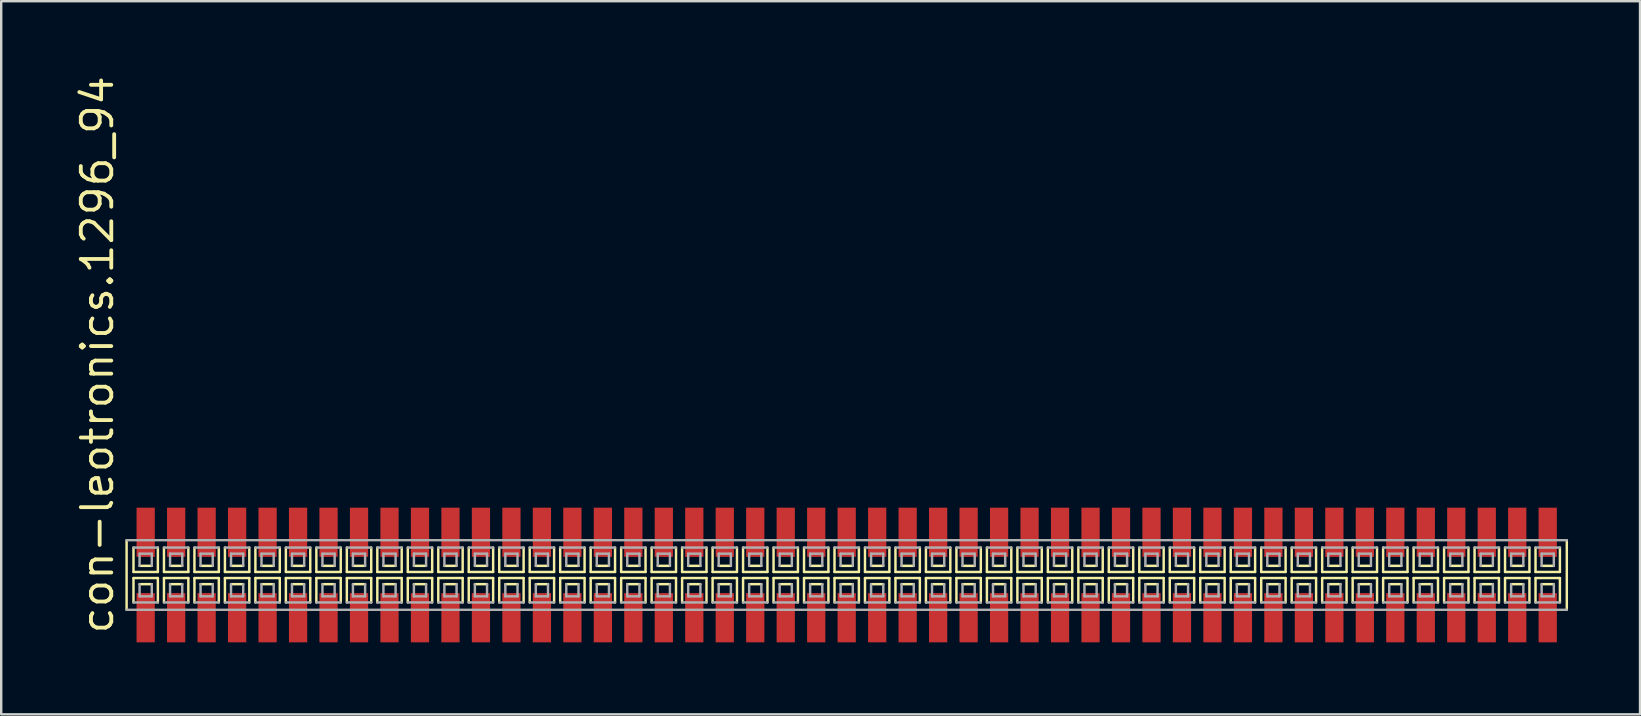
<source format=kicad_pcb>
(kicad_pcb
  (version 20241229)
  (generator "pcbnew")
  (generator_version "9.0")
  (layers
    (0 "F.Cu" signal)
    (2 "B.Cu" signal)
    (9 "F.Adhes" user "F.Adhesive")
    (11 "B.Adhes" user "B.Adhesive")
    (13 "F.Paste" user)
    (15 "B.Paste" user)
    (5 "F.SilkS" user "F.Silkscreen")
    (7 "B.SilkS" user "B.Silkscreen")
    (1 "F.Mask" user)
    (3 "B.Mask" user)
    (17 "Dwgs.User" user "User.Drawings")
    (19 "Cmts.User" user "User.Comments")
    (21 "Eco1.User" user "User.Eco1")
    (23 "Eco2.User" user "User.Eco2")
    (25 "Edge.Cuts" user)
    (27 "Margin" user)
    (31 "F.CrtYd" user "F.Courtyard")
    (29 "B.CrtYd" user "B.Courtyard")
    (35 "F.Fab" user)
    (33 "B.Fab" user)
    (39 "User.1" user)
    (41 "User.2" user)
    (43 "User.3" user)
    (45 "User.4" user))
  (footprint "con-leotronics.1296_94"
    (layer "F.Cu")
    (at 32.23 20.909)
    (property "Reference" "con-leotronics.1296_94" (at -30.48 2.54 90) (layer "F.SilkS") (effects (font (size 1.27 1.27) (thickness 0.16)) (justify left bottom)))
    (attr smd)
    (fp_line (start -30.005 -1.45) (end -30.005 1.45) (stroke (width 0.102) (type default)) (layer "F.SilkS"))
    (fp_line (start -29.718 -1.143) (end -29.718 -0.127) (stroke (width 0.102) (type default)) (layer "F.SilkS"))
    (fp_line (start -29.718 -0.127) (end -28.702 -0.127) (stroke (width 0.102) (type default)) (layer "F.SilkS"))
    (fp_line (start -29.718 0.127) (end -29.718 1.143) (stroke (width 0.102) (type default)) (layer "F.SilkS"))
    (fp_line (start -29.464 -0.381) (end -28.956 -0.381) (stroke (width 0.102) (type default)) (layer "F.SilkS"))
    (fp_line (start -28.956 0.381) (end -29.464 0.381) (stroke (width 0.102) (type default)) (layer "F.SilkS"))
    (fp_line (start -28.702 -0.127) (end -28.702 -1.143) (stroke (width 0.102) (type default)) (layer "F.SilkS"))
    (fp_line (start -28.702 0.127) (end -29.718 0.127) (stroke (width 0.102) (type default)) (layer "F.SilkS"))
    (fp_line (start -28.702 1.143) (end -28.702 0.127) (stroke (width 0.102) (type default)) (layer "F.SilkS"))
    (fp_line (start -28.448 -1.143) (end -28.448 -0.127) (stroke (width 0.102) (type default)) (layer "F.SilkS"))
    (fp_line (start -28.448 -0.127) (end -27.432 -0.127) (stroke (width 0.102) (type default)) (layer "F.SilkS"))
    (fp_line (start -28.448 0.127) (end -28.448 1.143) (stroke (width 0.102) (type default)) (layer "F.SilkS"))
    (fp_line (start -28.194 -0.381) (end -27.686 -0.381) (stroke (width 0.102) (type default)) (layer "F.SilkS"))
    (fp_line (start -27.686 0.381) (end -28.194 0.381) (stroke (width 0.102) (type default)) (layer "F.SilkS"))
    (fp_line (start -27.432 -0.127) (end -27.432 -1.143) (stroke (width 0.102) (type default)) (layer "F.SilkS"))
    (fp_line (start -27.432 0.127) (end -28.448 0.127) (stroke (width 0.102) (type default)) (layer "F.SilkS"))
    (fp_line (start -27.432 1.143) (end -27.432 0.127) (stroke (width 0.102) (type default)) (layer "F.SilkS"))
    (fp_line (start -27.178 -1.143) (end -27.178 -0.127) (stroke (width 0.102) (type default)) (layer "F.SilkS"))
    (fp_line (start -27.178 -0.127) (end -26.162 -0.127) (stroke (width 0.102) (type default)) (layer "F.SilkS"))
    (fp_line (start -27.178 0.127) (end -27.178 1.143) (stroke (width 0.102) (type default)) (layer "F.SilkS"))
    (fp_line (start -26.924 -0.381) (end -26.416 -0.381) (stroke (width 0.102) (type default)) (layer "F.SilkS"))
    (fp_line (start -26.416 0.381) (end -26.924 0.381) (stroke (width 0.102) (type default)) (layer "F.SilkS"))
    (fp_line (start -26.162 -0.127) (end -26.162 -1.143) (stroke (width 0.102) (type default)) (layer "F.SilkS"))
    (fp_line (start -26.162 0.127) (end -27.178 0.127) (stroke (width 0.102) (type default)) (layer "F.SilkS"))
    (fp_line (start -26.162 1.143) (end -26.162 0.127) (stroke (width 0.102) (type default)) (layer "F.SilkS"))
    (fp_line (start -25.908 -1.143) (end -25.908 -0.127) (stroke (width 0.102) (type default)) (layer "F.SilkS"))
    (fp_line (start -25.908 -0.127) (end -24.892 -0.127) (stroke (width 0.102) (type default)) (layer "F.SilkS"))
    (fp_line (start -25.908 0.127) (end -25.908 1.143) (stroke (width 0.102) (type default)) (layer "F.SilkS"))
    (fp_line (start -25.654 -0.381) (end -25.146 -0.381) (stroke (width 0.102) (type default)) (layer "F.SilkS"))
    (fp_line (start -25.146 0.381) (end -25.654 0.381) (stroke (width 0.102) (type default)) (layer "F.SilkS"))
    (fp_line (start -24.892 -0.127) (end -24.892 -1.143) (stroke (width 0.102) (type default)) (layer "F.SilkS"))
    (fp_line (start -24.892 0.127) (end -25.908 0.127) (stroke (width 0.102) (type default)) (layer "F.SilkS"))
    (fp_line (start -24.892 1.143) (end -24.892 0.127) (stroke (width 0.102) (type default)) (layer "F.SilkS"))
    (fp_line (start -24.638 -1.143) (end -24.638 -0.127) (stroke (width 0.102) (type default)) (layer "F.SilkS"))
    (fp_line (start -24.638 -0.127) (end -23.622 -0.127) (stroke (width 0.102) (type default)) (layer "F.SilkS"))
    (fp_line (start -24.638 0.127) (end -24.638 1.143) (stroke (width 0.102) (type default)) (layer "F.SilkS"))
    (fp_line (start -24.384 -0.381) (end -23.876 -0.381) (stroke (width 0.102) (type default)) (layer "F.SilkS"))
    (fp_line (start -23.876 0.381) (end -24.384 0.381) (stroke (width 0.102) (type default)) (layer "F.SilkS"))
    (fp_line (start -23.622 -0.127) (end -23.622 -1.143) (stroke (width 0.102) (type default)) (layer "F.SilkS"))
    (fp_line (start -23.622 0.127) (end -24.638 0.127) (stroke (width 0.102) (type default)) (layer "F.SilkS"))
    (fp_line (start -23.622 1.143) (end -23.622 0.127) (stroke (width 0.102) (type default)) (layer "F.SilkS"))
    (fp_line (start -23.368 -1.143) (end -23.368 -0.127) (stroke (width 0.102) (type default)) (layer "F.SilkS"))
    (fp_line (start -23.368 -0.127) (end -22.352 -0.127) (stroke (width 0.102) (type default)) (layer "F.SilkS"))
    (fp_line (start -23.368 0.127) (end -23.368 1.143) (stroke (width 0.102) (type default)) (layer "F.SilkS"))
    (fp_line (start -23.114 -0.381) (end -22.606 -0.381) (stroke (width 0.102) (type default)) (layer "F.SilkS"))
    (fp_line (start -22.606 0.381) (end -23.114 0.381) (stroke (width 0.102) (type default)) (layer "F.SilkS"))
    (fp_line (start -22.352 -0.127) (end -22.352 -1.143) (stroke (width 0.102) (type default)) (layer "F.SilkS"))
    (fp_line (start -22.352 0.127) (end -23.368 0.127) (stroke (width 0.102) (type default)) (layer "F.SilkS"))
    (fp_line (start -22.352 1.143) (end -22.352 0.127) (stroke (width 0.102) (type default)) (layer "F.SilkS"))
    (fp_line (start -22.098 -1.143) (end -22.098 -0.127) (stroke (width 0.102) (type default)) (layer "F.SilkS"))
    (fp_line (start -22.098 -0.127) (end -21.082 -0.127) (stroke (width 0.102) (type default)) (layer "F.SilkS"))
    (fp_line (start -22.098 0.127) (end -22.098 1.143) (stroke (width 0.102) (type default)) (layer "F.SilkS"))
    (fp_line (start -21.844 -0.381) (end -21.336 -0.381) (stroke (width 0.102) (type default)) (layer "F.SilkS"))
    (fp_line (start -21.336 0.381) (end -21.844 0.381) (stroke (width 0.102) (type default)) (layer "F.SilkS"))
    (fp_line (start -21.082 -0.127) (end -21.082 -1.143) (stroke (width 0.102) (type default)) (layer "F.SilkS"))
    (fp_line (start -21.082 0.127) (end -22.098 0.127) (stroke (width 0.102) (type default)) (layer "F.SilkS"))
    (fp_line (start -21.082 1.143) (end -21.082 0.127) (stroke (width 0.102) (type default)) (layer "F.SilkS"))
    (fp_line (start -20.828 -1.143) (end -20.828 -0.127) (stroke (width 0.102) (type default)) (layer "F.SilkS"))
    (fp_line (start -20.828 -0.127) (end -19.812 -0.127) (stroke (width 0.102) (type default)) (layer "F.SilkS"))
    (fp_line (start -20.828 0.127) (end -20.828 1.143) (stroke (width 0.102) (type default)) (layer "F.SilkS"))
    (fp_line (start -20.574 -0.381) (end -20.066 -0.381) (stroke (width 0.102) (type default)) (layer "F.SilkS"))
    (fp_line (start -20.066 0.381) (end -20.574 0.381) (stroke (width 0.102) (type default)) (layer "F.SilkS"))
    (fp_line (start -19.812 -0.127) (end -19.812 -1.143) (stroke (width 0.102) (type default)) (layer "F.SilkS"))
    (fp_line (start -19.812 0.127) (end -20.828 0.127) (stroke (width 0.102) (type default)) (layer "F.SilkS"))
    (fp_line (start -19.812 1.143) (end -19.812 0.127) (stroke (width 0.102) (type default)) (layer "F.SilkS"))
    (fp_line (start -19.558 -1.143) (end -19.558 -0.127) (stroke (width 0.102) (type default)) (layer "F.SilkS"))
    (fp_line (start -19.558 -0.127) (end -18.542 -0.127) (stroke (width 0.102) (type default)) (layer "F.SilkS"))
    (fp_line (start -19.558 0.127) (end -19.558 1.143) (stroke (width 0.102) (type default)) (layer "F.SilkS"))
    (fp_line (start -19.304 -0.381) (end -18.796 -0.381) (stroke (width 0.102) (type default)) (layer "F.SilkS"))
    (fp_line (start -18.796 0.381) (end -19.304 0.381) (stroke (width 0.102) (type default)) (layer "F.SilkS"))
    (fp_line (start -18.542 -0.127) (end -18.542 -1.143) (stroke (width 0.102) (type default)) (layer "F.SilkS"))
    (fp_line (start -18.542 0.127) (end -19.558 0.127) (stroke (width 0.102) (type default)) (layer "F.SilkS"))
    (fp_line (start -18.542 1.143) (end -18.542 0.127) (stroke (width 0.102) (type default)) (layer "F.SilkS"))
    (fp_line (start -18.288 -1.143) (end -18.288 -0.127) (stroke (width 0.102) (type default)) (layer "F.SilkS"))
    (fp_line (start -18.288 -0.127) (end -17.272 -0.127) (stroke (width 0.102) (type default)) (layer "F.SilkS"))
    (fp_line (start -18.288 0.127) (end -18.288 1.143) (stroke (width 0.102) (type default)) (layer "F.SilkS"))
    (fp_line (start -18.034 -0.381) (end -17.526 -0.381) (stroke (width 0.102) (type default)) (layer "F.SilkS"))
    (fp_line (start -17.526 0.381) (end -18.034 0.381) (stroke (width 0.102) (type default)) (layer "F.SilkS"))
    (fp_line (start -17.272 -0.127) (end -17.272 -1.143) (stroke (width 0.102) (type default)) (layer "F.SilkS"))
    (fp_line (start -17.272 0.127) (end -18.288 0.127) (stroke (width 0.102) (type default)) (layer "F.SilkS"))
    (fp_line (start -17.272 1.143) (end -17.272 0.127) (stroke (width 0.102) (type default)) (layer "F.SilkS"))
    (fp_line (start -17.018 -1.143) (end -17.018 -0.127) (stroke (width 0.102) (type default)) (layer "F.SilkS"))
    (fp_line (start -17.018 -0.127) (end -16.002 -0.127) (stroke (width 0.102) (type default)) (layer "F.SilkS"))
    (fp_line (start -17.018 0.127) (end -17.018 1.143) (stroke (width 0.102) (type default)) (layer "F.SilkS"))
    (fp_line (start -16.764 -0.381) (end -16.256 -0.381) (stroke (width 0.102) (type default)) (layer "F.SilkS"))
    (fp_line (start -16.256 0.381) (end -16.764 0.381) (stroke (width 0.102) (type default)) (layer "F.SilkS"))
    (fp_line (start -16.002 -0.127) (end -16.002 -1.143) (stroke (width 0.102) (type default)) (layer "F.SilkS"))
    (fp_line (start -16.002 0.127) (end -17.018 0.127) (stroke (width 0.102) (type default)) (layer "F.SilkS"))
    (fp_line (start -16.002 1.143) (end -16.002 0.127) (stroke (width 0.102) (type default)) (layer "F.SilkS"))
    (fp_line (start -15.748 -1.143) (end -15.748 -0.127) (stroke (width 0.102) (type default)) (layer "F.SilkS"))
    (fp_line (start -15.748 -0.127) (end -14.732 -0.127) (stroke (width 0.102) (type default)) (layer "F.SilkS"))
    (fp_line (start -15.748 0.127) (end -15.748 1.143) (stroke (width 0.102) (type default)) (layer "F.SilkS"))
    (fp_line (start -15.494 -0.381) (end -14.986 -0.381) (stroke (width 0.102) (type default)) (layer "F.SilkS"))
    (fp_line (start -14.986 0.381) (end -15.494 0.381) (stroke (width 0.102) (type default)) (layer "F.SilkS"))
    (fp_line (start -14.732 -0.127) (end -14.732 -1.143) (stroke (width 0.102) (type default)) (layer "F.SilkS"))
    (fp_line (start -14.732 0.127) (end -15.748 0.127) (stroke (width 0.102) (type default)) (layer "F.SilkS"))
    (fp_line (start -14.732 1.143) (end -14.732 0.127) (stroke (width 0.102) (type default)) (layer "F.SilkS"))
    (fp_line (start -14.478 -1.143) (end -14.478 -0.127) (stroke (width 0.102) (type default)) (layer "F.SilkS"))
    (fp_line (start -14.478 -0.127) (end -13.462 -0.127) (stroke (width 0.102) (type default)) (layer "F.SilkS"))
    (fp_line (start -14.478 0.127) (end -14.478 1.143) (stroke (width 0.102) (type default)) (layer "F.SilkS"))
    (fp_line (start -14.224 -0.381) (end -13.716 -0.381) (stroke (width 0.102) (type default)) (layer "F.SilkS"))
    (fp_line (start -13.716 0.381) (end -14.224 0.381) (stroke (width 0.102) (type default)) (layer "F.SilkS"))
    (fp_line (start -13.462 -0.127) (end -13.462 -1.143) (stroke (width 0.102) (type default)) (layer "F.SilkS"))
    (fp_line (start -13.462 0.127) (end -14.478 0.127) (stroke (width 0.102) (type default)) (layer "F.SilkS"))
    (fp_line (start -13.462 1.143) (end -13.462 0.127) (stroke (width 0.102) (type default)) (layer "F.SilkS"))
    (fp_line (start -13.208 -1.143) (end -13.208 -0.127) (stroke (width 0.102) (type default)) (layer "F.SilkS"))
    (fp_line (start -13.208 -0.127) (end -12.192 -0.127) (stroke (width 0.102) (type default)) (layer "F.SilkS"))
    (fp_line (start -13.208 0.127) (end -13.208 1.143) (stroke (width 0.102) (type default)) (layer "F.SilkS"))
    (fp_line (start -12.954 -0.381) (end -12.446 -0.381) (stroke (width 0.102) (type default)) (layer "F.SilkS"))
    (fp_line (start -12.446 0.381) (end -12.954 0.381) (stroke (width 0.102) (type default)) (layer "F.SilkS"))
    (fp_line (start -12.192 -0.127) (end -12.192 -1.143) (stroke (width 0.102) (type default)) (layer "F.SilkS"))
    (fp_line (start -12.192 0.127) (end -13.208 0.127) (stroke (width 0.102) (type default)) (layer "F.SilkS"))
    (fp_line (start -12.192 1.143) (end -12.192 0.127) (stroke (width 0.102) (type default)) (layer "F.SilkS"))
    (fp_line (start -11.938 -1.143) (end -11.938 -0.127) (stroke (width 0.102) (type default)) (layer "F.SilkS"))
    (fp_line (start -11.938 -0.127) (end -10.922 -0.127) (stroke (width 0.102) (type default)) (layer "F.SilkS"))
    (fp_line (start -11.938 0.127) (end -11.938 1.143) (stroke (width 0.102) (type default)) (layer "F.SilkS"))
    (fp_line (start -11.684 -0.381) (end -11.176 -0.381) (stroke (width 0.102) (type default)) (layer "F.SilkS"))
    (fp_line (start -11.176 0.381) (end -11.684 0.381) (stroke (width 0.102) (type default)) (layer "F.SilkS"))
    (fp_line (start -10.922 -0.127) (end -10.922 -1.143) (stroke (width 0.102) (type default)) (layer "F.SilkS"))
    (fp_line (start -10.922 0.127) (end -11.938 0.127) (stroke (width 0.102) (type default)) (layer "F.SilkS"))
    (fp_line (start -10.922 1.143) (end -10.922 0.127) (stroke (width 0.102) (type default)) (layer "F.SilkS"))
    (fp_line (start -10.668 -1.143) (end -10.668 -0.127) (stroke (width 0.102) (type default)) (layer "F.SilkS"))
    (fp_line (start -10.668 -0.127) (end -9.652 -0.127) (stroke (width 0.102) (type default)) (layer "F.SilkS"))
    (fp_line (start -10.668 0.127) (end -10.668 1.143) (stroke (width 0.102) (type default)) (layer "F.SilkS"))
    (fp_line (start -10.414 -0.381) (end -9.906 -0.381) (stroke (width 0.102) (type default)) (layer "F.SilkS"))
    (fp_line (start -9.906 0.381) (end -10.414 0.381) (stroke (width 0.102) (type default)) (layer "F.SilkS"))
    (fp_line (start -9.652 -0.127) (end -9.652 -1.143) (stroke (width 0.102) (type default)) (layer "F.SilkS"))
    (fp_line (start -9.652 0.127) (end -10.668 0.127) (stroke (width 0.102) (type default)) (layer "F.SilkS"))
    (fp_line (start -9.652 1.143) (end -9.652 0.127) (stroke (width 0.102) (type default)) (layer "F.SilkS"))
    (fp_line (start -9.398 -1.143) (end -9.398 -0.127) (stroke (width 0.102) (type default)) (layer "F.SilkS"))
    (fp_line (start -9.398 -0.127) (end -8.382 -0.127) (stroke (width 0.102) (type default)) (layer "F.SilkS"))
    (fp_line (start -9.398 0.127) (end -9.398 1.143) (stroke (width 0.102) (type default)) (layer "F.SilkS"))
    (fp_line (start -9.144 -0.381) (end -8.636 -0.381) (stroke (width 0.102) (type default)) (layer "F.SilkS"))
    (fp_line (start -8.636 0.381) (end -9.144 0.381) (stroke (width 0.102) (type default)) (layer "F.SilkS"))
    (fp_line (start -8.382 -0.127) (end -8.382 -1.143) (stroke (width 0.102) (type default)) (layer "F.SilkS"))
    (fp_line (start -8.382 0.127) (end -9.398 0.127) (stroke (width 0.102) (type default)) (layer "F.SilkS"))
    (fp_line (start -8.382 1.143) (end -8.382 0.127) (stroke (width 0.102) (type default)) (layer "F.SilkS"))
    (fp_line (start -8.128 -1.143) (end -8.128 -0.127) (stroke (width 0.102) (type default)) (layer "F.SilkS"))
    (fp_line (start -8.128 -0.127) (end -7.112 -0.127) (stroke (width 0.102) (type default)) (layer "F.SilkS"))
    (fp_line (start -8.128 0.127) (end -8.128 1.143) (stroke (width 0.102) (type default)) (layer "F.SilkS"))
    (fp_line (start -7.874 -0.381) (end -7.366 -0.381) (stroke (width 0.102) (type default)) (layer "F.SilkS"))
    (fp_line (start -7.366 0.381) (end -7.874 0.381) (stroke (width 0.102) (type default)) (layer "F.SilkS"))
    (fp_line (start -7.112 -0.127) (end -7.112 -1.143) (stroke (width 0.102) (type default)) (layer "F.SilkS"))
    (fp_line (start -7.112 0.127) (end -8.128 0.127) (stroke (width 0.102) (type default)) (layer "F.SilkS"))
    (fp_line (start -7.112 1.143) (end -7.112 0.127) (stroke (width 0.102) (type default)) (layer "F.SilkS"))
    (fp_line (start -6.858 -1.143) (end -6.858 -0.127) (stroke (width 0.102) (type default)) (layer "F.SilkS"))
    (fp_line (start -6.858 -0.127) (end -5.842 -0.127) (stroke (width 0.102) (type default)) (layer "F.SilkS"))
    (fp_line (start -6.858 0.127) (end -6.858 1.143) (stroke (width 0.102) (type default)) (layer "F.SilkS"))
    (fp_line (start -6.604 -0.381) (end -6.096 -0.381) (stroke (width 0.102) (type default)) (layer "F.SilkS"))
    (fp_line (start -6.096 0.381) (end -6.604 0.381) (stroke (width 0.102) (type default)) (layer "F.SilkS"))
    (fp_line (start -5.842 -0.127) (end -5.842 -1.143) (stroke (width 0.102) (type default)) (layer "F.SilkS"))
    (fp_line (start -5.842 0.127) (end -6.858 0.127) (stroke (width 0.102) (type default)) (layer "F.SilkS"))
    (fp_line (start -5.842 1.143) (end -5.842 0.127) (stroke (width 0.102) (type default)) (layer "F.SilkS"))
    (fp_line (start -5.588 -1.143) (end -5.588 -0.127) (stroke (width 0.102) (type default)) (layer "F.SilkS"))
    (fp_line (start -5.588 -0.127) (end -4.572 -0.127) (stroke (width 0.102) (type default)) (layer "F.SilkS"))
    (fp_line (start -5.588 0.127) (end -5.588 1.143) (stroke (width 0.102) (type default)) (layer "F.SilkS"))
    (fp_line (start -5.334 -0.381) (end -4.826 -0.381) (stroke (width 0.102) (type default)) (layer "F.SilkS"))
    (fp_line (start -4.826 0.381) (end -5.334 0.381) (stroke (width 0.102) (type default)) (layer "F.SilkS"))
    (fp_line (start -4.572 -0.127) (end -4.572 -1.143) (stroke (width 0.102) (type default)) (layer "F.SilkS"))
    (fp_line (start -4.572 0.127) (end -5.588 0.127) (stroke (width 0.102) (type default)) (layer "F.SilkS"))
    (fp_line (start -4.572 1.143) (end -4.572 0.127) (stroke (width 0.102) (type default)) (layer "F.SilkS"))
    (fp_line (start -4.318 -1.143) (end -4.318 -0.127) (stroke (width 0.102) (type default)) (layer "F.SilkS"))
    (fp_line (start -4.318 -0.127) (end -3.302 -0.127) (stroke (width 0.102) (type default)) (layer "F.SilkS"))
    (fp_line (start -4.318 0.127) (end -4.318 1.143) (stroke (width 0.102) (type default)) (layer "F.SilkS"))
    (fp_line (start -4.064 -0.381) (end -3.556 -0.381) (stroke (width 0.102) (type default)) (layer "F.SilkS"))
    (fp_line (start -3.556 0.381) (end -4.064 0.381) (stroke (width 0.102) (type default)) (layer "F.SilkS"))
    (fp_line (start -3.302 -0.127) (end -3.302 -1.143) (stroke (width 0.102) (type default)) (layer "F.SilkS"))
    (fp_line (start -3.302 0.127) (end -4.318 0.127) (stroke (width 0.102) (type default)) (layer "F.SilkS"))
    (fp_line (start -3.302 1.143) (end -3.302 0.127) (stroke (width 0.102) (type default)) (layer "F.SilkS"))
    (fp_line (start -3.048 -1.143) (end -3.048 -0.127) (stroke (width 0.102) (type default)) (layer "F.SilkS"))
    (fp_line (start -3.048 -0.127) (end -2.032 -0.127) (stroke (width 0.102) (type default)) (layer "F.SilkS"))
    (fp_line (start -3.048 0.127) (end -3.048 1.143) (stroke (width 0.102) (type default)) (layer "F.SilkS"))
    (fp_line (start -2.794 -0.381) (end -2.286 -0.381) (stroke (width 0.102) (type default)) (layer "F.SilkS"))
    (fp_line (start -2.286 0.381) (end -2.794 0.381) (stroke (width 0.102) (type default)) (layer "F.SilkS"))
    (fp_line (start -2.032 -0.127) (end -2.032 -1.143) (stroke (width 0.102) (type default)) (layer "F.SilkS"))
    (fp_line (start -2.032 0.127) (end -3.048 0.127) (stroke (width 0.102) (type default)) (layer "F.SilkS"))
    (fp_line (start -2.032 1.143) (end -2.032 0.127) (stroke (width 0.102) (type default)) (layer "F.SilkS"))
    (fp_line (start -1.778 -1.143) (end -1.778 -0.127) (stroke (width 0.102) (type default)) (layer "F.SilkS"))
    (fp_line (start -1.778 -0.127) (end -0.762 -0.127) (stroke (width 0.102) (type default)) (layer "F.SilkS"))
    (fp_line (start -1.778 0.127) (end -1.778 1.143) (stroke (width 0.102) (type default)) (layer "F.SilkS"))
    (fp_line (start -1.524 -0.381) (end -1.016 -0.381) (stroke (width 0.102) (type default)) (layer "F.SilkS"))
    (fp_line (start -1.016 0.381) (end -1.524 0.381) (stroke (width 0.102) (type default)) (layer "F.SilkS"))
    (fp_line (start -0.762 -0.127) (end -0.762 -1.143) (stroke (width 0.102) (type default)) (layer "F.SilkS"))
    (fp_line (start -0.762 0.127) (end -1.778 0.127) (stroke (width 0.102) (type default)) (layer "F.SilkS"))
    (fp_line (start -0.762 1.143) (end -0.762 0.127) (stroke (width 0.102) (type default)) (layer "F.SilkS"))
    (fp_line (start -0.508 -1.143) (end -0.508 -0.127) (stroke (width 0.102) (type default)) (layer "F.SilkS"))
    (fp_line (start -0.508 -0.127) (end 0.508 -0.127) (stroke (width 0.102) (type default)) (layer "F.SilkS"))
    (fp_line (start -0.508 0.127) (end -0.508 1.143) (stroke (width 0.102) (type default)) (layer "F.SilkS"))
    (fp_line (start -0.254 -0.381) (end 0.254 -0.381) (stroke (width 0.102) (type default)) (layer "F.SilkS"))
    (fp_line (start 0.254 0.381) (end -0.254 0.381) (stroke (width 0.102) (type default)) (layer "F.SilkS"))
    (fp_line (start 0.508 -0.127) (end 0.508 -1.143) (stroke (width 0.102) (type default)) (layer "F.SilkS"))
    (fp_line (start 0.508 0.127) (end -0.508 0.127) (stroke (width 0.102) (type default)) (layer "F.SilkS"))
    (fp_line (start 0.508 1.143) (end 0.508 0.127) (stroke (width 0.102) (type default)) (layer "F.SilkS"))
    (fp_line (start 0.762 -1.143) (end 0.762 -0.127) (stroke (width 0.102) (type default)) (layer "F.SilkS"))
    (fp_line (start 0.762 -0.127) (end 1.778 -0.127) (stroke (width 0.102) (type default)) (layer "F.SilkS"))
    (fp_line (start 0.762 0.127) (end 0.762 1.143) (stroke (width 0.102) (type default)) (layer "F.SilkS"))
    (fp_line (start 1.016 -0.381) (end 1.524 -0.381) (stroke (width 0.102) (type default)) (layer "F.SilkS"))
    (fp_line (start 1.524 0.381) (end 1.016 0.381) (stroke (width 0.102) (type default)) (layer "F.SilkS"))
    (fp_line (start 1.778 -0.127) (end 1.778 -1.143) (stroke (width 0.102) (type default)) (layer "F.SilkS"))
    (fp_line (start 1.778 0.127) (end 0.762 0.127) (stroke (width 0.102) (type default)) (layer "F.SilkS"))
    (fp_line (start 1.778 1.143) (end 1.778 0.127) (stroke (width 0.102) (type default)) (layer "F.SilkS"))
    (fp_line (start 2.032 -1.143) (end 2.032 -0.127) (stroke (width 0.102) (type default)) (layer "F.SilkS"))
    (fp_line (start 2.032 -0.127) (end 3.048 -0.127) (stroke (width 0.102) (type default)) (layer "F.SilkS"))
    (fp_line (start 2.032 0.127) (end 2.032 1.143) (stroke (width 0.102) (type default)) (layer "F.SilkS"))
    (fp_line (start 2.286 -0.381) (end 2.794 -0.381) (stroke (width 0.102) (type default)) (layer "F.SilkS"))
    (fp_line (start 2.794 0.381) (end 2.286 0.381) (stroke (width 0.102) (type default)) (layer "F.SilkS"))
    (fp_line (start 3.048 -0.127) (end 3.048 -1.143) (stroke (width 0.102) (type default)) (layer "F.SilkS"))
    (fp_line (start 3.048 0.127) (end 2.032 0.127) (stroke (width 0.102) (type default)) (layer "F.SilkS"))
    (fp_line (start 3.048 1.143) (end 3.048 0.127) (stroke (width 0.102) (type default)) (layer "F.SilkS"))
    (fp_line (start 3.302 -1.143) (end 3.302 -0.127) (stroke (width 0.102) (type default)) (layer "F.SilkS"))
    (fp_line (start 3.302 -0.127) (end 4.318 -0.127) (stroke (width 0.102) (type default)) (layer "F.SilkS"))
    (fp_line (start 3.302 0.127) (end 3.302 1.143) (stroke (width 0.102) (type default)) (layer "F.SilkS"))
    (fp_line (start 3.556 -0.381) (end 4.064 -0.381) (stroke (width 0.102) (type default)) (layer "F.SilkS"))
    (fp_line (start 4.064 0.381) (end 3.556 0.381) (stroke (width 0.102) (type default)) (layer "F.SilkS"))
    (fp_line (start 4.318 -0.127) (end 4.318 -1.143) (stroke (width 0.102) (type default)) (layer "F.SilkS"))
    (fp_line (start 4.318 0.127) (end 3.302 0.127) (stroke (width 0.102) (type default)) (layer "F.SilkS"))
    (fp_line (start 4.318 1.143) (end 4.318 0.127) (stroke (width 0.102) (type default)) (layer "F.SilkS"))
    (fp_line (start 4.572 -1.143) (end 4.572 -0.127) (stroke (width 0.102) (type default)) (layer "F.SilkS"))
    (fp_line (start 4.572 -0.127) (end 5.588 -0.127) (stroke (width 0.102) (type default)) (layer "F.SilkS"))
    (fp_line (start 4.572 0.127) (end 4.572 1.143) (stroke (width 0.102) (type default)) (layer "F.SilkS"))
    (fp_line (start 4.826 -0.381) (end 5.334 -0.381) (stroke (width 0.102) (type default)) (layer "F.SilkS"))
    (fp_line (start 5.334 0.381) (end 4.826 0.381) (stroke (width 0.102) (type default)) (layer "F.SilkS"))
    (fp_line (start 5.588 -0.127) (end 5.588 -1.143) (stroke (width 0.102) (type default)) (layer "F.SilkS"))
    (fp_line (start 5.588 0.127) (end 4.572 0.127) (stroke (width 0.102) (type default)) (layer "F.SilkS"))
    (fp_line (start 5.588 1.143) (end 5.588 0.127) (stroke (width 0.102) (type default)) (layer "F.SilkS"))
    (fp_line (start 5.842 -1.143) (end 5.842 -0.127) (stroke (width 0.102) (type default)) (layer "F.SilkS"))
    (fp_line (start 5.842 -0.127) (end 6.858 -0.127) (stroke (width 0.102) (type default)) (layer "F.SilkS"))
    (fp_line (start 5.842 0.127) (end 5.842 1.143) (stroke (width 0.102) (type default)) (layer "F.SilkS"))
    (fp_line (start 6.096 -0.381) (end 6.604 -0.381) (stroke (width 0.102) (type default)) (layer "F.SilkS"))
    (fp_line (start 6.604 0.381) (end 6.096 0.381) (stroke (width 0.102) (type default)) (layer "F.SilkS"))
    (fp_line (start 6.858 -0.127) (end 6.858 -1.143) (stroke (width 0.102) (type default)) (layer "F.SilkS"))
    (fp_line (start 6.858 0.127) (end 5.842 0.127) (stroke (width 0.102) (type default)) (layer "F.SilkS"))
    (fp_line (start 6.858 1.143) (end 6.858 0.127) (stroke (width 0.102) (type default)) (layer "F.SilkS"))
    (fp_line (start 7.112 -1.143) (end 7.112 -0.127) (stroke (width 0.102) (type default)) (layer "F.SilkS"))
    (fp_line (start 7.112 -0.127) (end 8.128 -0.127) (stroke (width 0.102) (type default)) (layer "F.SilkS"))
    (fp_line (start 7.112 0.127) (end 7.112 1.143) (stroke (width 0.102) (type default)) (layer "F.SilkS"))
    (fp_line (start 7.366 -0.381) (end 7.874 -0.381) (stroke (width 0.102) (type default)) (layer "F.SilkS"))
    (fp_line (start 7.874 0.381) (end 7.366 0.381) (stroke (width 0.102) (type default)) (layer "F.SilkS"))
    (fp_line (start 8.128 -0.127) (end 8.128 -1.143) (stroke (width 0.102) (type default)) (layer "F.SilkS"))
    (fp_line (start 8.128 0.127) (end 7.112 0.127) (stroke (width 0.102) (type default)) (layer "F.SilkS"))
    (fp_line (start 8.128 1.143) (end 8.128 0.127) (stroke (width 0.102) (type default)) (layer "F.SilkS"))
    (fp_line (start 8.382 -1.143) (end 8.382 -0.127) (stroke (width 0.102) (type default)) (layer "F.SilkS"))
    (fp_line (start 8.382 -0.127) (end 9.398 -0.127) (stroke (width 0.102) (type default)) (layer "F.SilkS"))
    (fp_line (start 8.382 0.127) (end 8.382 1.143) (stroke (width 0.102) (type default)) (layer "F.SilkS"))
    (fp_line (start 8.636 -0.381) (end 9.144 -0.381) (stroke (width 0.102) (type default)) (layer "F.SilkS"))
    (fp_line (start 9.144 0.381) (end 8.636 0.381) (stroke (width 0.102) (type default)) (layer "F.SilkS"))
    (fp_line (start 9.398 -0.127) (end 9.398 -1.143) (stroke (width 0.102) (type default)) (layer "F.SilkS"))
    (fp_line (start 9.398 0.127) (end 8.382 0.127) (stroke (width 0.102) (type default)) (layer "F.SilkS"))
    (fp_line (start 9.398 1.143) (end 9.398 0.127) (stroke (width 0.102) (type default)) (layer "F.SilkS"))
    (fp_line (start 9.652 -1.143) (end 9.652 -0.127) (stroke (width 0.102) (type default)) (layer "F.SilkS"))
    (fp_line (start 9.652 -0.127) (end 10.668 -0.127) (stroke (width 0.102) (type default)) (layer "F.SilkS"))
    (fp_line (start 9.652 0.127) (end 9.652 1.143) (stroke (width 0.102) (type default)) (layer "F.SilkS"))
    (fp_line (start 9.906 -0.381) (end 10.414 -0.381) (stroke (width 0.102) (type default)) (layer "F.SilkS"))
    (fp_line (start 10.414 0.381) (end 9.906 0.381) (stroke (width 0.102) (type default)) (layer "F.SilkS"))
    (fp_line (start 10.668 -0.127) (end 10.668 -1.143) (stroke (width 0.102) (type default)) (layer "F.SilkS"))
    (fp_line (start 10.668 0.127) (end 9.652 0.127) (stroke (width 0.102) (type default)) (layer "F.SilkS"))
    (fp_line (start 10.668 1.143) (end 10.668 0.127) (stroke (width 0.102) (type default)) (layer "F.SilkS"))
    (fp_line (start 10.922 -1.143) (end 10.922 -0.127) (stroke (width 0.102) (type default)) (layer "F.SilkS"))
    (fp_line (start 10.922 -0.127) (end 11.938 -0.127) (stroke (width 0.102) (type default)) (layer "F.SilkS"))
    (fp_line (start 10.922 0.127) (end 10.922 1.143) (stroke (width 0.102) (type default)) (layer "F.SilkS"))
    (fp_line (start 11.176 -0.381) (end 11.684 -0.381) (stroke (width 0.102) (type default)) (layer "F.SilkS"))
    (fp_line (start 11.684 0.381) (end 11.176 0.381) (stroke (width 0.102) (type default)) (layer "F.SilkS"))
    (fp_line (start 11.938 -0.127) (end 11.938 -1.143) (stroke (width 0.102) (type default)) (layer "F.SilkS"))
    (fp_line (start 11.938 0.127) (end 10.922 0.127) (stroke (width 0.102) (type default)) (layer "F.SilkS"))
    (fp_line (start 11.938 1.143) (end 11.938 0.127) (stroke (width 0.102) (type default)) (layer "F.SilkS"))
    (fp_line (start 12.192 -1.143) (end 12.192 -0.127) (stroke (width 0.102) (type default)) (layer "F.SilkS"))
    (fp_line (start 12.192 -0.127) (end 13.208 -0.127) (stroke (width 0.102) (type default)) (layer "F.SilkS"))
    (fp_line (start 12.192 0.127) (end 12.192 1.143) (stroke (width 0.102) (type default)) (layer "F.SilkS"))
    (fp_line (start 12.446 -0.381) (end 12.954 -0.381) (stroke (width 0.102) (type default)) (layer "F.SilkS"))
    (fp_line (start 12.954 0.381) (end 12.446 0.381) (stroke (width 0.102) (type default)) (layer "F.SilkS"))
    (fp_line (start 13.208 -0.127) (end 13.208 -1.143) (stroke (width 0.102) (type default)) (layer "F.SilkS"))
    (fp_line (start 13.208 0.127) (end 12.192 0.127) (stroke (width 0.102) (type default)) (layer "F.SilkS"))
    (fp_line (start 13.208 1.143) (end 13.208 0.127) (stroke (width 0.102) (type default)) (layer "F.SilkS"))
    (fp_line (start 13.462 -1.143) (end 13.462 -0.127) (stroke (width 0.102) (type default)) (layer "F.SilkS"))
    (fp_line (start 13.462 -0.127) (end 14.478 -0.127) (stroke (width 0.102) (type default)) (layer "F.SilkS"))
    (fp_line (start 13.462 0.127) (end 13.462 1.143) (stroke (width 0.102) (type default)) (layer "F.SilkS"))
    (fp_line (start 13.716 -0.381) (end 14.224 -0.381) (stroke (width 0.102) (type default)) (layer "F.SilkS"))
    (fp_line (start 14.224 0.381) (end 13.716 0.381) (stroke (width 0.102) (type default)) (layer "F.SilkS"))
    (fp_line (start 14.478 -0.127) (end 14.478 -1.143) (stroke (width 0.102) (type default)) (layer "F.SilkS"))
    (fp_line (start 14.478 0.127) (end 13.462 0.127) (stroke (width 0.102) (type default)) (layer "F.SilkS"))
    (fp_line (start 14.478 1.143) (end 14.478 0.127) (stroke (width 0.102) (type default)) (layer "F.SilkS"))
    (fp_line (start 14.732 -1.143) (end 14.732 -0.127) (stroke (width 0.102) (type default)) (layer "F.SilkS"))
    (fp_line (start 14.732 -0.127) (end 15.748 -0.127) (stroke (width 0.102) (type default)) (layer "F.SilkS"))
    (fp_line (start 14.732 0.127) (end 14.732 1.143) (stroke (width 0.102) (type default)) (layer "F.SilkS"))
    (fp_line (start 14.986 -0.381) (end 15.494 -0.381) (stroke (width 0.102) (type default)) (layer "F.SilkS"))
    (fp_line (start 15.494 0.381) (end 14.986 0.381) (stroke (width 0.102) (type default)) (layer "F.SilkS"))
    (fp_line (start 15.748 -0.127) (end 15.748 -1.143) (stroke (width 0.102) (type default)) (layer "F.SilkS"))
    (fp_line (start 15.748 0.127) (end 14.732 0.127) (stroke (width 0.102) (type default)) (layer "F.SilkS"))
    (fp_line (start 15.748 1.143) (end 15.748 0.127) (stroke (width 0.102) (type default)) (layer "F.SilkS"))
    (fp_line (start 16.002 -1.143) (end 16.002 -0.127) (stroke (width 0.102) (type default)) (layer "F.SilkS"))
    (fp_line (start 16.002 -0.127) (end 17.018 -0.127) (stroke (width 0.102) (type default)) (layer "F.SilkS"))
    (fp_line (start 16.002 0.127) (end 16.002 1.143) (stroke (width 0.102) (type default)) (layer "F.SilkS"))
    (fp_line (start 16.256 -0.381) (end 16.764 -0.381) (stroke (width 0.102) (type default)) (layer "F.SilkS"))
    (fp_line (start 16.764 0.381) (end 16.256 0.381) (stroke (width 0.102) (type default)) (layer "F.SilkS"))
    (fp_line (start 17.018 -0.127) (end 17.018 -1.143) (stroke (width 0.102) (type default)) (layer "F.SilkS"))
    (fp_line (start 17.018 0.127) (end 16.002 0.127) (stroke (width 0.102) (type default)) (layer "F.SilkS"))
    (fp_line (start 17.018 1.143) (end 17.018 0.127) (stroke (width 0.102) (type default)) (layer "F.SilkS"))
    (fp_line (start 17.272 -1.143) (end 17.272 -0.127) (stroke (width 0.102) (type default)) (layer "F.SilkS"))
    (fp_line (start 17.272 -0.127) (end 18.288 -0.127) (stroke (width 0.102) (type default)) (layer "F.SilkS"))
    (fp_line (start 17.272 0.127) (end 17.272 1.143) (stroke (width 0.102) (type default)) (layer "F.SilkS"))
    (fp_line (start 17.526 -0.381) (end 18.034 -0.381) (stroke (width 0.102) (type default)) (layer "F.SilkS"))
    (fp_line (start 18.034 0.381) (end 17.526 0.381) (stroke (width 0.102) (type default)) (layer "F.SilkS"))
    (fp_line (start 18.288 -0.127) (end 18.288 -1.143) (stroke (width 0.102) (type default)) (layer "F.SilkS"))
    (fp_line (start 18.288 0.127) (end 17.272 0.127) (stroke (width 0.102) (type default)) (layer "F.SilkS"))
    (fp_line (start 18.288 1.143) (end 18.288 0.127) (stroke (width 0.102) (type default)) (layer "F.SilkS"))
    (fp_line (start 18.542 -1.143) (end 18.542 -0.127) (stroke (width 0.102) (type default)) (layer "F.SilkS"))
    (fp_line (start 18.542 -0.127) (end 19.558 -0.127) (stroke (width 0.102) (type default)) (layer "F.SilkS"))
    (fp_line (start 18.542 0.127) (end 18.542 1.143) (stroke (width 0.102) (type default)) (layer "F.SilkS"))
    (fp_line (start 18.796 -0.381) (end 19.304 -0.381) (stroke (width 0.102) (type default)) (layer "F.SilkS"))
    (fp_line (start 19.304 0.381) (end 18.796 0.381) (stroke (width 0.102) (type default)) (layer "F.SilkS"))
    (fp_line (start 19.558 -0.127) (end 19.558 -1.143) (stroke (width 0.102) (type default)) (layer "F.SilkS"))
    (fp_line (start 19.558 0.127) (end 18.542 0.127) (stroke (width 0.102) (type default)) (layer "F.SilkS"))
    (fp_line (start 19.558 1.143) (end 19.558 0.127) (stroke (width 0.102) (type default)) (layer "F.SilkS"))
    (fp_line (start 19.812 -1.143) (end 19.812 -0.127) (stroke (width 0.102) (type default)) (layer "F.SilkS"))
    (fp_line (start 19.812 -0.127) (end 20.828 -0.127) (stroke (width 0.102) (type default)) (layer "F.SilkS"))
    (fp_line (start 19.812 0.127) (end 19.812 1.143) (stroke (width 0.102) (type default)) (layer "F.SilkS"))
    (fp_line (start 20.066 -0.381) (end 20.574 -0.381) (stroke (width 0.102) (type default)) (layer "F.SilkS"))
    (fp_line (start 20.574 0.381) (end 20.066 0.381) (stroke (width 0.102) (type default)) (layer "F.SilkS"))
    (fp_line (start 20.828 -0.127) (end 20.828 -1.143) (stroke (width 0.102) (type default)) (layer "F.SilkS"))
    (fp_line (start 20.828 0.127) (end 19.812 0.127) (stroke (width 0.102) (type default)) (layer "F.SilkS"))
    (fp_line (start 20.828 1.143) (end 20.828 0.127) (stroke (width 0.102) (type default)) (layer "F.SilkS"))
    (fp_line (start 21.082 -1.143) (end 21.082 -0.127) (stroke (width 0.102) (type default)) (layer "F.SilkS"))
    (fp_line (start 21.082 -0.127) (end 22.098 -0.127) (stroke (width 0.102) (type default)) (layer "F.SilkS"))
    (fp_line (start 21.082 0.127) (end 21.082 1.143) (stroke (width 0.102) (type default)) (layer "F.SilkS"))
    (fp_line (start 21.336 -0.381) (end 21.844 -0.381) (stroke (width 0.102) (type default)) (layer "F.SilkS"))
    (fp_line (start 21.844 0.381) (end 21.336 0.381) (stroke (width 0.102) (type default)) (layer "F.SilkS"))
    (fp_line (start 22.098 -0.127) (end 22.098 -1.143) (stroke (width 0.102) (type default)) (layer "F.SilkS"))
    (fp_line (start 22.098 0.127) (end 21.082 0.127) (stroke (width 0.102) (type default)) (layer "F.SilkS"))
    (fp_line (start 22.098 1.143) (end 22.098 0.127) (stroke (width 0.102) (type default)) (layer "F.SilkS"))
    (fp_line (start 22.352 -1.143) (end 22.352 -0.127) (stroke (width 0.102) (type default)) (layer "F.SilkS"))
    (fp_line (start 22.352 -0.127) (end 23.368 -0.127) (stroke (width 0.102) (type default)) (layer "F.SilkS"))
    (fp_line (start 22.352 0.127) (end 22.352 1.143) (stroke (width 0.102) (type default)) (layer "F.SilkS"))
    (fp_line (start 22.606 -0.381) (end 23.114 -0.381) (stroke (width 0.102) (type default)) (layer "F.SilkS"))
    (fp_line (start 23.114 0.381) (end 22.606 0.381) (stroke (width 0.102) (type default)) (layer "F.SilkS"))
    (fp_line (start 23.368 -0.127) (end 23.368 -1.143) (stroke (width 0.102) (type default)) (layer "F.SilkS"))
    (fp_line (start 23.368 0.127) (end 22.352 0.127) (stroke (width 0.102) (type default)) (layer "F.SilkS"))
    (fp_line (start 23.368 1.143) (end 23.368 0.127) (stroke (width 0.102) (type default)) (layer "F.SilkS"))
    (fp_line (start 23.622 -1.143) (end 23.622 -0.127) (stroke (width 0.102) (type default)) (layer "F.SilkS"))
    (fp_line (start 23.622 -0.127) (end 24.638 -0.127) (stroke (width 0.102) (type default)) (layer "F.SilkS"))
    (fp_line (start 23.622 0.127) (end 23.622 1.143) (stroke (width 0.102) (type default)) (layer "F.SilkS"))
    (fp_line (start 23.876 -0.381) (end 24.384 -0.381) (stroke (width 0.102) (type default)) (layer "F.SilkS"))
    (fp_line (start 24.384 0.381) (end 23.876 0.381) (stroke (width 0.102) (type default)) (layer "F.SilkS"))
    (fp_line (start 24.638 -0.127) (end 24.638 -1.143) (stroke (width 0.102) (type default)) (layer "F.SilkS"))
    (fp_line (start 24.638 0.127) (end 23.622 0.127) (stroke (width 0.102) (type default)) (layer "F.SilkS"))
    (fp_line (start 24.638 1.143) (end 24.638 0.127) (stroke (width 0.102) (type default)) (layer "F.SilkS"))
    (fp_line (start 24.892 -1.143) (end 24.892 -0.127) (stroke (width 0.102) (type default)) (layer "F.SilkS"))
    (fp_line (start 24.892 -0.127) (end 25.908 -0.127) (stroke (width 0.102) (type default)) (layer "F.SilkS"))
    (fp_line (start 24.892 0.127) (end 24.892 1.143) (stroke (width 0.102) (type default)) (layer "F.SilkS"))
    (fp_line (start 25.146 -0.381) (end 25.654 -0.381) (stroke (width 0.102) (type default)) (layer "F.SilkS"))
    (fp_line (start 25.654 0.381) (end 25.146 0.381) (stroke (width 0.102) (type default)) (layer "F.SilkS"))
    (fp_line (start 25.908 -0.127) (end 25.908 -1.143) (stroke (width 0.102) (type default)) (layer "F.SilkS"))
    (fp_line (start 25.908 0.127) (end 24.892 0.127) (stroke (width 0.102) (type default)) (layer "F.SilkS"))
    (fp_line (start 25.908 1.143) (end 25.908 0.127) (stroke (width 0.102) (type default)) (layer "F.SilkS"))
    (fp_line (start 26.162 -1.143) (end 26.162 -0.127) (stroke (width 0.102) (type default)) (layer "F.SilkS"))
    (fp_line (start 26.162 -0.127) (end 27.178 -0.127) (stroke (width 0.102) (type default)) (layer "F.SilkS"))
    (fp_line (start 26.162 0.127) (end 26.162 1.143) (stroke (width 0.102) (type default)) (layer "F.SilkS"))
    (fp_line (start 26.416 -0.381) (end 26.924 -0.381) (stroke (width 0.102) (type default)) (layer "F.SilkS"))
    (fp_line (start 26.924 0.381) (end 26.416 0.381) (stroke (width 0.102) (type default)) (layer "F.SilkS"))
    (fp_line (start 27.178 -0.127) (end 27.178 -1.143) (stroke (width 0.102) (type default)) (layer "F.SilkS"))
    (fp_line (start 27.178 0.127) (end 26.162 0.127) (stroke (width 0.102) (type default)) (layer "F.SilkS"))
    (fp_line (start 27.178 1.143) (end 27.178 0.127) (stroke (width 0.102) (type default)) (layer "F.SilkS"))
    (fp_line (start 27.432 -1.143) (end 27.432 -0.127) (stroke (width 0.102) (type default)) (layer "F.SilkS"))
    (fp_line (start 27.432 -0.127) (end 28.448 -0.127) (stroke (width 0.102) (type default)) (layer "F.SilkS"))
    (fp_line (start 27.432 0.127) (end 27.432 1.143) (stroke (width 0.102) (type default)) (layer "F.SilkS"))
    (fp_line (start 27.686 -0.381) (end 28.194 -0.381) (stroke (width 0.102) (type default)) (layer "F.SilkS"))
    (fp_line (start 28.194 0.381) (end 27.686 0.381) (stroke (width 0.102) (type default)) (layer "F.SilkS"))
    (fp_line (start 28.448 -0.127) (end 28.448 -1.143) (stroke (width 0.102) (type default)) (layer "F.SilkS"))
    (fp_line (start 28.448 0.127) (end 27.432 0.127) (stroke (width 0.102) (type default)) (layer "F.SilkS"))
    (fp_line (start 28.448 1.143) (end 28.448 0.127) (stroke (width 0.102) (type default)) (layer "F.SilkS"))
    (fp_line (start 28.702 -1.143) (end 28.702 -0.127) (stroke (width 0.102) (type default)) (layer "F.SilkS"))
    (fp_line (start 28.702 -0.127) (end 29.718 -0.127) (stroke (width 0.102) (type default)) (layer "F.SilkS"))
    (fp_line (start 28.702 0.127) (end 28.702 1.143) (stroke (width 0.102) (type default)) (layer "F.SilkS"))
    (fp_line (start 28.956 -0.381) (end 29.464 -0.381) (stroke (width 0.102) (type default)) (layer "F.SilkS"))
    (fp_line (start 29.464 0.381) (end 28.956 0.381) (stroke (width 0.102) (type default)) (layer "F.SilkS"))
    (fp_line (start 29.718 -0.127) (end 29.718 -1.143) (stroke (width 0.102) (type default)) (layer "F.SilkS"))
    (fp_line (start 29.718 0.127) (end 28.702 0.127) (stroke (width 0.102) (type default)) (layer "F.SilkS"))
    (fp_line (start 29.718 1.143) (end 29.718 0.127) (stroke (width 0.102) (type default)) (layer "F.SilkS"))
    (fp_line (start 30.005 1.45) (end 30.005 -1.45) (stroke (width 0.102) (type default)) (layer "F.SilkS"))
    (fp_line (start -30.005 1.45) (end 30.005 1.45) (stroke (width 0.102) (type default)) (layer "F.Fab"))
    (fp_line (start -29.718 1.143) (end -28.702 1.143) (stroke (width 0.102) (type default)) (layer "F.Fab"))
    (fp_line (start -29.464 -0.889) (end -29.464 -0.381) (stroke (width 0.102) (type default)) (layer "F.Fab"))
    (fp_line (start -29.464 0.381) (end -29.464 0.889) (stroke (width 0.102) (type default)) (layer "F.Fab"))
    (fp_line (start -29.464 0.889) (end -28.956 0.889) (stroke (width 0.102) (type default)) (layer "F.Fab"))
    (fp_line (start -28.956 -0.889) (end -29.464 -0.889) (stroke (width 0.102) (type default)) (layer "F.Fab"))
    (fp_line (start -28.956 -0.381) (end -28.956 -0.889) (stroke (width 0.102) (type default)) (layer "F.Fab"))
    (fp_line (start -28.956 0.889) (end -28.956 0.381) (stroke (width 0.102) (type default)) (layer "F.Fab"))
    (fp_line (start -28.702 -1.143) (end -29.718 -1.143) (stroke (width 0.102) (type default)) (layer "F.Fab"))
    (fp_line (start -28.448 1.143) (end -27.432 1.143) (stroke (width 0.102) (type default)) (layer "F.Fab"))
    (fp_line (start -28.194 -0.889) (end -28.194 -0.381) (stroke (width 0.102) (type default)) (layer "F.Fab"))
    (fp_line (start -28.194 0.381) (end -28.194 0.889) (stroke (width 0.102) (type default)) (layer "F.Fab"))
    (fp_line (start -28.194 0.889) (end -27.686 0.889) (stroke (width 0.102) (type default)) (layer "F.Fab"))
    (fp_line (start -27.686 -0.889) (end -28.194 -0.889) (stroke (width 0.102) (type default)) (layer "F.Fab"))
    (fp_line (start -27.686 -0.381) (end -27.686 -0.889) (stroke (width 0.102) (type default)) (layer "F.Fab"))
    (fp_line (start -27.686 0.889) (end -27.686 0.381) (stroke (width 0.102) (type default)) (layer "F.Fab"))
    (fp_line (start -27.432 -1.143) (end -28.448 -1.143) (stroke (width 0.102) (type default)) (layer "F.Fab"))
    (fp_line (start -27.178 1.143) (end -26.162 1.143) (stroke (width 0.102) (type default)) (layer "F.Fab"))
    (fp_line (start -26.924 -0.889) (end -26.924 -0.381) (stroke (width 0.102) (type default)) (layer "F.Fab"))
    (fp_line (start -26.924 0.381) (end -26.924 0.889) (stroke (width 0.102) (type default)) (layer "F.Fab"))
    (fp_line (start -26.924 0.889) (end -26.416 0.889) (stroke (width 0.102) (type default)) (layer "F.Fab"))
    (fp_line (start -26.416 -0.889) (end -26.924 -0.889) (stroke (width 0.102) (type default)) (layer "F.Fab"))
    (fp_line (start -26.416 -0.381) (end -26.416 -0.889) (stroke (width 0.102) (type default)) (layer "F.Fab"))
    (fp_line (start -26.416 0.889) (end -26.416 0.381) (stroke (width 0.102) (type default)) (layer "F.Fab"))
    (fp_line (start -26.162 -1.143) (end -27.178 -1.143) (stroke (width 0.102) (type default)) (layer "F.Fab"))
    (fp_line (start -25.908 1.143) (end -24.892 1.143) (stroke (width 0.102) (type default)) (layer "F.Fab"))
    (fp_line (start -25.654 -0.889) (end -25.654 -0.381) (stroke (width 0.102) (type default)) (layer "F.Fab"))
    (fp_line (start -25.654 0.381) (end -25.654 0.889) (stroke (width 0.102) (type default)) (layer "F.Fab"))
    (fp_line (start -25.654 0.889) (end -25.146 0.889) (stroke (width 0.102) (type default)) (layer "F.Fab"))
    (fp_line (start -25.146 -0.889) (end -25.654 -0.889) (stroke (width 0.102) (type default)) (layer "F.Fab"))
    (fp_line (start -25.146 -0.381) (end -25.146 -0.889) (stroke (width 0.102) (type default)) (layer "F.Fab"))
    (fp_line (start -25.146 0.889) (end -25.146 0.381) (stroke (width 0.102) (type default)) (layer "F.Fab"))
    (fp_line (start -24.892 -1.143) (end -25.908 -1.143) (stroke (width 0.102) (type default)) (layer "F.Fab"))
    (fp_line (start -24.638 1.143) (end -23.622 1.143) (stroke (width 0.102) (type default)) (layer "F.Fab"))
    (fp_line (start -24.384 -0.889) (end -24.384 -0.381) (stroke (width 0.102) (type default)) (layer "F.Fab"))
    (fp_line (start -24.384 0.381) (end -24.384 0.889) (stroke (width 0.102) (type default)) (layer "F.Fab"))
    (fp_line (start -24.384 0.889) (end -23.876 0.889) (stroke (width 0.102) (type default)) (layer "F.Fab"))
    (fp_line (start -23.876 -0.889) (end -24.384 -0.889) (stroke (width 0.102) (type default)) (layer "F.Fab"))
    (fp_line (start -23.876 -0.381) (end -23.876 -0.889) (stroke (width 0.102) (type default)) (layer "F.Fab"))
    (fp_line (start -23.876 0.889) (end -23.876 0.381) (stroke (width 0.102) (type default)) (layer "F.Fab"))
    (fp_line (start -23.622 -1.143) (end -24.638 -1.143) (stroke (width 0.102) (type default)) (layer "F.Fab"))
    (fp_line (start -23.368 1.143) (end -22.352 1.143) (stroke (width 0.102) (type default)) (layer "F.Fab"))
    (fp_line (start -23.114 -0.889) (end -23.114 -0.381) (stroke (width 0.102) (type default)) (layer "F.Fab"))
    (fp_line (start -23.114 0.381) (end -23.114 0.889) (stroke (width 0.102) (type default)) (layer "F.Fab"))
    (fp_line (start -23.114 0.889) (end -22.606 0.889) (stroke (width 0.102) (type default)) (layer "F.Fab"))
    (fp_line (start -22.606 -0.889) (end -23.114 -0.889) (stroke (width 0.102) (type default)) (layer "F.Fab"))
    (fp_line (start -22.606 -0.381) (end -22.606 -0.889) (stroke (width 0.102) (type default)) (layer "F.Fab"))
    (fp_line (start -22.606 0.889) (end -22.606 0.381) (stroke (width 0.102) (type default)) (layer "F.Fab"))
    (fp_line (start -22.352 -1.143) (end -23.368 -1.143) (stroke (width 0.102) (type default)) (layer "F.Fab"))
    (fp_line (start -22.098 1.143) (end -21.082 1.143) (stroke (width 0.102) (type default)) (layer "F.Fab"))
    (fp_line (start -21.844 -0.889) (end -21.844 -0.381) (stroke (width 0.102) (type default)) (layer "F.Fab"))
    (fp_line (start -21.844 0.381) (end -21.844 0.889) (stroke (width 0.102) (type default)) (layer "F.Fab"))
    (fp_line (start -21.844 0.889) (end -21.336 0.889) (stroke (width 0.102) (type default)) (layer "F.Fab"))
    (fp_line (start -21.336 -0.889) (end -21.844 -0.889) (stroke (width 0.102) (type default)) (layer "F.Fab"))
    (fp_line (start -21.336 -0.381) (end -21.336 -0.889) (stroke (width 0.102) (type default)) (layer "F.Fab"))
    (fp_line (start -21.336 0.889) (end -21.336 0.381) (stroke (width 0.102) (type default)) (layer "F.Fab"))
    (fp_line (start -21.082 -1.143) (end -22.098 -1.143) (stroke (width 0.102) (type default)) (layer "F.Fab"))
    (fp_line (start -20.828 1.143) (end -19.812 1.143) (stroke (width 0.102) (type default)) (layer "F.Fab"))
    (fp_line (start -20.574 -0.889) (end -20.574 -0.381) (stroke (width 0.102) (type default)) (layer "F.Fab"))
    (fp_line (start -20.574 0.381) (end -20.574 0.889) (stroke (width 0.102) (type default)) (layer "F.Fab"))
    (fp_line (start -20.574 0.889) (end -20.066 0.889) (stroke (width 0.102) (type default)) (layer "F.Fab"))
    (fp_line (start -20.066 -0.889) (end -20.574 -0.889) (stroke (width 0.102) (type default)) (layer "F.Fab"))
    (fp_line (start -20.066 -0.381) (end -20.066 -0.889) (stroke (width 0.102) (type default)) (layer "F.Fab"))
    (fp_line (start -20.066 0.889) (end -20.066 0.381) (stroke (width 0.102) (type default)) (layer "F.Fab"))
    (fp_line (start -19.812 -1.143) (end -20.828 -1.143) (stroke (width 0.102) (type default)) (layer "F.Fab"))
    (fp_line (start -19.558 1.143) (end -18.542 1.143) (stroke (width 0.102) (type default)) (layer "F.Fab"))
    (fp_line (start -19.304 -0.889) (end -19.304 -0.381) (stroke (width 0.102) (type default)) (layer "F.Fab"))
    (fp_line (start -19.304 0.381) (end -19.304 0.889) (stroke (width 0.102) (type default)) (layer "F.Fab"))
    (fp_line (start -19.304 0.889) (end -18.796 0.889) (stroke (width 0.102) (type default)) (layer "F.Fab"))
    (fp_line (start -18.796 -0.889) (end -19.304 -0.889) (stroke (width 0.102) (type default)) (layer "F.Fab"))
    (fp_line (start -18.796 -0.381) (end -18.796 -0.889) (stroke (width 0.102) (type default)) (layer "F.Fab"))
    (fp_line (start -18.796 0.889) (end -18.796 0.381) (stroke (width 0.102) (type default)) (layer "F.Fab"))
    (fp_line (start -18.542 -1.143) (end -19.558 -1.143) (stroke (width 0.102) (type default)) (layer "F.Fab"))
    (fp_line (start -18.288 1.143) (end -17.272 1.143) (stroke (width 0.102) (type default)) (layer "F.Fab"))
    (fp_line (start -18.034 -0.889) (end -18.034 -0.381) (stroke (width 0.102) (type default)) (layer "F.Fab"))
    (fp_line (start -18.034 0.381) (end -18.034 0.889) (stroke (width 0.102) (type default)) (layer "F.Fab"))
    (fp_line (start -18.034 0.889) (end -17.526 0.889) (stroke (width 0.102) (type default)) (layer "F.Fab"))
    (fp_line (start -17.526 -0.889) (end -18.034 -0.889) (stroke (width 0.102) (type default)) (layer "F.Fab"))
    (fp_line (start -17.526 -0.381) (end -17.526 -0.889) (stroke (width 0.102) (type default)) (layer "F.Fab"))
    (fp_line (start -17.526 0.889) (end -17.526 0.381) (stroke (width 0.102) (type default)) (layer "F.Fab"))
    (fp_line (start -17.272 -1.143) (end -18.288 -1.143) (stroke (width 0.102) (type default)) (layer "F.Fab"))
    (fp_line (start -17.018 1.143) (end -16.002 1.143) (stroke (width 0.102) (type default)) (layer "F.Fab"))
    (fp_line (start -16.764 -0.889) (end -16.764 -0.381) (stroke (width 0.102) (type default)) (layer "F.Fab"))
    (fp_line (start -16.764 0.381) (end -16.764 0.889) (stroke (width 0.102) (type default)) (layer "F.Fab"))
    (fp_line (start -16.764 0.889) (end -16.256 0.889) (stroke (width 0.102) (type default)) (layer "F.Fab"))
    (fp_line (start -16.256 -0.889) (end -16.764 -0.889) (stroke (width 0.102) (type default)) (layer "F.Fab"))
    (fp_line (start -16.256 -0.381) (end -16.256 -0.889) (stroke (width 0.102) (type default)) (layer "F.Fab"))
    (fp_line (start -16.256 0.889) (end -16.256 0.381) (stroke (width 0.102) (type default)) (layer "F.Fab"))
    (fp_line (start -16.002 -1.143) (end -17.018 -1.143) (stroke (width 0.102) (type default)) (layer "F.Fab"))
    (fp_line (start -15.748 1.143) (end -14.732 1.143) (stroke (width 0.102) (type default)) (layer "F.Fab"))
    (fp_line (start -15.494 -0.889) (end -15.494 -0.381) (stroke (width 0.102) (type default)) (layer "F.Fab"))
    (fp_line (start -15.494 0.381) (end -15.494 0.889) (stroke (width 0.102) (type default)) (layer "F.Fab"))
    (fp_line (start -15.494 0.889) (end -14.986 0.889) (stroke (width 0.102) (type default)) (layer "F.Fab"))
    (fp_line (start -14.986 -0.889) (end -15.494 -0.889) (stroke (width 0.102) (type default)) (layer "F.Fab"))
    (fp_line (start -14.986 -0.381) (end -14.986 -0.889) (stroke (width 0.102) (type default)) (layer "F.Fab"))
    (fp_line (start -14.986 0.889) (end -14.986 0.381) (stroke (width 0.102) (type default)) (layer "F.Fab"))
    (fp_line (start -14.732 -1.143) (end -15.748 -1.143) (stroke (width 0.102) (type default)) (layer "F.Fab"))
    (fp_line (start -14.478 1.143) (end -13.462 1.143) (stroke (width 0.102) (type default)) (layer "F.Fab"))
    (fp_line (start -14.224 -0.889) (end -14.224 -0.381) (stroke (width 0.102) (type default)) (layer "F.Fab"))
    (fp_line (start -14.224 0.381) (end -14.224 0.889) (stroke (width 0.102) (type default)) (layer "F.Fab"))
    (fp_line (start -14.224 0.889) (end -13.716 0.889) (stroke (width 0.102) (type default)) (layer "F.Fab"))
    (fp_line (start -13.716 -0.889) (end -14.224 -0.889) (stroke (width 0.102) (type default)) (layer "F.Fab"))
    (fp_line (start -13.716 -0.381) (end -13.716 -0.889) (stroke (width 0.102) (type default)) (layer "F.Fab"))
    (fp_line (start -13.716 0.889) (end -13.716 0.381) (stroke (width 0.102) (type default)) (layer "F.Fab"))
    (fp_line (start -13.462 -1.143) (end -14.478 -1.143) (stroke (width 0.102) (type default)) (layer "F.Fab"))
    (fp_line (start -13.208 1.143) (end -12.192 1.143) (stroke (width 0.102) (type default)) (layer "F.Fab"))
    (fp_line (start -12.954 -0.889) (end -12.954 -0.381) (stroke (width 0.102) (type default)) (layer "F.Fab"))
    (fp_line (start -12.954 0.381) (end -12.954 0.889) (stroke (width 0.102) (type default)) (layer "F.Fab"))
    (fp_line (start -12.954 0.889) (end -12.446 0.889) (stroke (width 0.102) (type default)) (layer "F.Fab"))
    (fp_line (start -12.446 -0.889) (end -12.954 -0.889) (stroke (width 0.102) (type default)) (layer "F.Fab"))
    (fp_line (start -12.446 -0.381) (end -12.446 -0.889) (stroke (width 0.102) (type default)) (layer "F.Fab"))
    (fp_line (start -12.446 0.889) (end -12.446 0.381) (stroke (width 0.102) (type default)) (layer "F.Fab"))
    (fp_line (start -12.192 -1.143) (end -13.208 -1.143) (stroke (width 0.102) (type default)) (layer "F.Fab"))
    (fp_line (start -11.938 1.143) (end -10.922 1.143) (stroke (width 0.102) (type default)) (layer "F.Fab"))
    (fp_line (start -11.684 -0.889) (end -11.684 -0.381) (stroke (width 0.102) (type default)) (layer "F.Fab"))
    (fp_line (start -11.684 0.381) (end -11.684 0.889) (stroke (width 0.102) (type default)) (layer "F.Fab"))
    (fp_line (start -11.684 0.889) (end -11.176 0.889) (stroke (width 0.102) (type default)) (layer "F.Fab"))
    (fp_line (start -11.176 -0.889) (end -11.684 -0.889) (stroke (width 0.102) (type default)) (layer "F.Fab"))
    (fp_line (start -11.176 -0.381) (end -11.176 -0.889) (stroke (width 0.102) (type default)) (layer "F.Fab"))
    (fp_line (start -11.176 0.889) (end -11.176 0.381) (stroke (width 0.102) (type default)) (layer "F.Fab"))
    (fp_line (start -10.922 -1.143) (end -11.938 -1.143) (stroke (width 0.102) (type default)) (layer "F.Fab"))
    (fp_line (start -10.668 1.143) (end -9.652 1.143) (stroke (width 0.102) (type default)) (layer "F.Fab"))
    (fp_line (start -10.414 -0.889) (end -10.414 -0.381) (stroke (width 0.102) (type default)) (layer "F.Fab"))
    (fp_line (start -10.414 0.381) (end -10.414 0.889) (stroke (width 0.102) (type default)) (layer "F.Fab"))
    (fp_line (start -10.414 0.889) (end -9.906 0.889) (stroke (width 0.102) (type default)) (layer "F.Fab"))
    (fp_line (start -9.906 -0.889) (end -10.414 -0.889) (stroke (width 0.102) (type default)) (layer "F.Fab"))
    (fp_line (start -9.906 -0.381) (end -9.906 -0.889) (stroke (width 0.102) (type default)) (layer "F.Fab"))
    (fp_line (start -9.906 0.889) (end -9.906 0.381) (stroke (width 0.102) (type default)) (layer "F.Fab"))
    (fp_line (start -9.652 -1.143) (end -10.668 -1.143) (stroke (width 0.102) (type default)) (layer "F.Fab"))
    (fp_line (start -9.398 1.143) (end -8.382 1.143) (stroke (width 0.102) (type default)) (layer "F.Fab"))
    (fp_line (start -9.144 -0.889) (end -9.144 -0.381) (stroke (width 0.102) (type default)) (layer "F.Fab"))
    (fp_line (start -9.144 0.381) (end -9.144 0.889) (stroke (width 0.102) (type default)) (layer "F.Fab"))
    (fp_line (start -9.144 0.889) (end -8.636 0.889) (stroke (width 0.102) (type default)) (layer "F.Fab"))
    (fp_line (start -8.636 -0.889) (end -9.144 -0.889) (stroke (width 0.102) (type default)) (layer "F.Fab"))
    (fp_line (start -8.636 -0.381) (end -8.636 -0.889) (stroke (width 0.102) (type default)) (layer "F.Fab"))
    (fp_line (start -8.636 0.889) (end -8.636 0.381) (stroke (width 0.102) (type default)) (layer "F.Fab"))
    (fp_line (start -8.382 -1.143) (end -9.398 -1.143) (stroke (width 0.102) (type default)) (layer "F.Fab"))
    (fp_line (start -8.128 1.143) (end -7.112 1.143) (stroke (width 0.102) (type default)) (layer "F.Fab"))
    (fp_line (start -7.874 -0.889) (end -7.874 -0.381) (stroke (width 0.102) (type default)) (layer "F.Fab"))
    (fp_line (start -7.874 0.381) (end -7.874 0.889) (stroke (width 0.102) (type default)) (layer "F.Fab"))
    (fp_line (start -7.874 0.889) (end -7.366 0.889) (stroke (width 0.102) (type default)) (layer "F.Fab"))
    (fp_line (start -7.366 -0.889) (end -7.874 -0.889) (stroke (width 0.102) (type default)) (layer "F.Fab"))
    (fp_line (start -7.366 -0.381) (end -7.366 -0.889) (stroke (width 0.102) (type default)) (layer "F.Fab"))
    (fp_line (start -7.366 0.889) (end -7.366 0.381) (stroke (width 0.102) (type default)) (layer "F.Fab"))
    (fp_line (start -7.112 -1.143) (end -8.128 -1.143) (stroke (width 0.102) (type default)) (layer "F.Fab"))
    (fp_line (start -6.858 1.143) (end -5.842 1.143) (stroke (width 0.102) (type default)) (layer "F.Fab"))
    (fp_line (start -6.604 -0.889) (end -6.604 -0.381) (stroke (width 0.102) (type default)) (layer "F.Fab"))
    (fp_line (start -6.604 0.381) (end -6.604 0.889) (stroke (width 0.102) (type default)) (layer "F.Fab"))
    (fp_line (start -6.604 0.889) (end -6.096 0.889) (stroke (width 0.102) (type default)) (layer "F.Fab"))
    (fp_line (start -6.096 -0.889) (end -6.604 -0.889) (stroke (width 0.102) (type default)) (layer "F.Fab"))
    (fp_line (start -6.096 -0.381) (end -6.096 -0.889) (stroke (width 0.102) (type default)) (layer "F.Fab"))
    (fp_line (start -6.096 0.889) (end -6.096 0.381) (stroke (width 0.102) (type default)) (layer "F.Fab"))
    (fp_line (start -5.842 -1.143) (end -6.858 -1.143) (stroke (width 0.102) (type default)) (layer "F.Fab"))
    (fp_line (start -5.588 1.143) (end -4.572 1.143) (stroke (width 0.102) (type default)) (layer "F.Fab"))
    (fp_line (start -5.334 -0.889) (end -5.334 -0.381) (stroke (width 0.102) (type default)) (layer "F.Fab"))
    (fp_line (start -5.334 0.381) (end -5.334 0.889) (stroke (width 0.102) (type default)) (layer "F.Fab"))
    (fp_line (start -5.334 0.889) (end -4.826 0.889) (stroke (width 0.102) (type default)) (layer "F.Fab"))
    (fp_line (start -4.826 -0.889) (end -5.334 -0.889) (stroke (width 0.102) (type default)) (layer "F.Fab"))
    (fp_line (start -4.826 -0.381) (end -4.826 -0.889) (stroke (width 0.102) (type default)) (layer "F.Fab"))
    (fp_line (start -4.826 0.889) (end -4.826 0.381) (stroke (width 0.102) (type default)) (layer "F.Fab"))
    (fp_line (start -4.572 -1.143) (end -5.588 -1.143) (stroke (width 0.102) (type default)) (layer "F.Fab"))
    (fp_line (start -4.318 1.143) (end -3.302 1.143) (stroke (width 0.102) (type default)) (layer "F.Fab"))
    (fp_line (start -4.064 -0.889) (end -4.064 -0.381) (stroke (width 0.102) (type default)) (layer "F.Fab"))
    (fp_line (start -4.064 0.381) (end -4.064 0.889) (stroke (width 0.102) (type default)) (layer "F.Fab"))
    (fp_line (start -4.064 0.889) (end -3.556 0.889) (stroke (width 0.102) (type default)) (layer "F.Fab"))
    (fp_line (start -3.556 -0.889) (end -4.064 -0.889) (stroke (width 0.102) (type default)) (layer "F.Fab"))
    (fp_line (start -3.556 -0.381) (end -3.556 -0.889) (stroke (width 0.102) (type default)) (layer "F.Fab"))
    (fp_line (start -3.556 0.889) (end -3.556 0.381) (stroke (width 0.102) (type default)) (layer "F.Fab"))
    (fp_line (start -3.302 -1.143) (end -4.318 -1.143) (stroke (width 0.102) (type default)) (layer "F.Fab"))
    (fp_line (start -3.048 1.143) (end -2.032 1.143) (stroke (width 0.102) (type default)) (layer "F.Fab"))
    (fp_line (start -2.794 -0.889) (end -2.794 -0.381) (stroke (width 0.102) (type default)) (layer "F.Fab"))
    (fp_line (start -2.794 0.381) (end -2.794 0.889) (stroke (width 0.102) (type default)) (layer "F.Fab"))
    (fp_line (start -2.794 0.889) (end -2.286 0.889) (stroke (width 0.102) (type default)) (layer "F.Fab"))
    (fp_line (start -2.286 -0.889) (end -2.794 -0.889) (stroke (width 0.102) (type default)) (layer "F.Fab"))
    (fp_line (start -2.286 -0.381) (end -2.286 -0.889) (stroke (width 0.102) (type default)) (layer "F.Fab"))
    (fp_line (start -2.286 0.889) (end -2.286 0.381) (stroke (width 0.102) (type default)) (layer "F.Fab"))
    (fp_line (start -2.032 -1.143) (end -3.048 -1.143) (stroke (width 0.102) (type default)) (layer "F.Fab"))
    (fp_line (start -1.778 1.143) (end -0.762 1.143) (stroke (width 0.102) (type default)) (layer "F.Fab"))
    (fp_line (start -1.524 -0.889) (end -1.524 -0.381) (stroke (width 0.102) (type default)) (layer "F.Fab"))
    (fp_line (start -1.524 0.381) (end -1.524 0.889) (stroke (width 0.102) (type default)) (layer "F.Fab"))
    (fp_line (start -1.524 0.889) (end -1.016 0.889) (stroke (width 0.102) (type default)) (layer "F.Fab"))
    (fp_line (start -1.016 -0.889) (end -1.524 -0.889) (stroke (width 0.102) (type default)) (layer "F.Fab"))
    (fp_line (start -1.016 -0.381) (end -1.016 -0.889) (stroke (width 0.102) (type default)) (layer "F.Fab"))
    (fp_line (start -1.016 0.889) (end -1.016 0.381) (stroke (width 0.102) (type default)) (layer "F.Fab"))
    (fp_line (start -0.762 -1.143) (end -1.778 -1.143) (stroke (width 0.102) (type default)) (layer "F.Fab"))
    (fp_line (start -0.508 1.143) (end 0.508 1.143) (stroke (width 0.102) (type default)) (layer "F.Fab"))
    (fp_line (start -0.254 -0.889) (end -0.254 -0.381) (stroke (width 0.102) (type default)) (layer "F.Fab"))
    (fp_line (start -0.254 0.381) (end -0.254 0.889) (stroke (width 0.102) (type default)) (layer "F.Fab"))
    (fp_line (start -0.254 0.889) (end 0.254 0.889) (stroke (width 0.102) (type default)) (layer "F.Fab"))
    (fp_line (start 0.254 -0.889) (end -0.254 -0.889) (stroke (width 0.102) (type default)) (layer "F.Fab"))
    (fp_line (start 0.254 -0.381) (end 0.254 -0.889) (stroke (width 0.102) (type default)) (layer "F.Fab"))
    (fp_line (start 0.254 0.889) (end 0.254 0.381) (stroke (width 0.102) (type default)) (layer "F.Fab"))
    (fp_line (start 0.508 -1.143) (end -0.508 -1.143) (stroke (width 0.102) (type default)) (layer "F.Fab"))
    (fp_line (start 0.762 1.143) (end 1.778 1.143) (stroke (width 0.102) (type default)) (layer "F.Fab"))
    (fp_line (start 1.016 -0.889) (end 1.016 -0.381) (stroke (width 0.102) (type default)) (layer "F.Fab"))
    (fp_line (start 1.016 0.381) (end 1.016 0.889) (stroke (width 0.102) (type default)) (layer "F.Fab"))
    (fp_line (start 1.016 0.889) (end 1.524 0.889) (stroke (width 0.102) (type default)) (layer "F.Fab"))
    (fp_line (start 1.524 -0.889) (end 1.016 -0.889) (stroke (width 0.102) (type default)) (layer "F.Fab"))
    (fp_line (start 1.524 -0.381) (end 1.524 -0.889) (stroke (width 0.102) (type default)) (layer "F.Fab"))
    (fp_line (start 1.524 0.889) (end 1.524 0.381) (stroke (width 0.102) (type default)) (layer "F.Fab"))
    (fp_line (start 1.778 -1.143) (end 0.762 -1.143) (stroke (width 0.102) (type default)) (layer "F.Fab"))
    (fp_line (start 2.032 1.143) (end 3.048 1.143) (stroke (width 0.102) (type default)) (layer "F.Fab"))
    (fp_line (start 2.286 -0.889) (end 2.286 -0.381) (stroke (width 0.102) (type default)) (layer "F.Fab"))
    (fp_line (start 2.286 0.381) (end 2.286 0.889) (stroke (width 0.102) (type default)) (layer "F.Fab"))
    (fp_line (start 2.286 0.889) (end 2.794 0.889) (stroke (width 0.102) (type default)) (layer "F.Fab"))
    (fp_line (start 2.794 -0.889) (end 2.286 -0.889) (stroke (width 0.102) (type default)) (layer "F.Fab"))
    (fp_line (start 2.794 -0.381) (end 2.794 -0.889) (stroke (width 0.102) (type default)) (layer "F.Fab"))
    (fp_line (start 2.794 0.889) (end 2.794 0.381) (stroke (width 0.102) (type default)) (layer "F.Fab"))
    (fp_line (start 3.048 -1.143) (end 2.032 -1.143) (stroke (width 0.102) (type default)) (layer "F.Fab"))
    (fp_line (start 3.302 1.143) (end 4.318 1.143) (stroke (width 0.102) (type default)) (layer "F.Fab"))
    (fp_line (start 3.556 -0.889) (end 3.556 -0.381) (stroke (width 0.102) (type default)) (layer "F.Fab"))
    (fp_line (start 3.556 0.381) (end 3.556 0.889) (stroke (width 0.102) (type default)) (layer "F.Fab"))
    (fp_line (start 3.556 0.889) (end 4.064 0.889) (stroke (width 0.102) (type default)) (layer "F.Fab"))
    (fp_line (start 4.064 -0.889) (end 3.556 -0.889) (stroke (width 0.102) (type default)) (layer "F.Fab"))
    (fp_line (start 4.064 -0.381) (end 4.064 -0.889) (stroke (width 0.102) (type default)) (layer "F.Fab"))
    (fp_line (start 4.064 0.889) (end 4.064 0.381) (stroke (width 0.102) (type default)) (layer "F.Fab"))
    (fp_line (start 4.318 -1.143) (end 3.302 -1.143) (stroke (width 0.102) (type default)) (layer "F.Fab"))
    (fp_line (start 4.572 1.143) (end 5.588 1.143) (stroke (width 0.102) (type default)) (layer "F.Fab"))
    (fp_line (start 4.826 -0.889) (end 4.826 -0.381) (stroke (width 0.102) (type default)) (layer "F.Fab"))
    (fp_line (start 4.826 0.381) (end 4.826 0.889) (stroke (width 0.102) (type default)) (layer "F.Fab"))
    (fp_line (start 4.826 0.889) (end 5.334 0.889) (stroke (width 0.102) (type default)) (layer "F.Fab"))
    (fp_line (start 5.334 -0.889) (end 4.826 -0.889) (stroke (width 0.102) (type default)) (layer "F.Fab"))
    (fp_line (start 5.334 -0.381) (end 5.334 -0.889) (stroke (width 0.102) (type default)) (layer "F.Fab"))
    (fp_line (start 5.334 0.889) (end 5.334 0.381) (stroke (width 0.102) (type default)) (layer "F.Fab"))
    (fp_line (start 5.588 -1.143) (end 4.572 -1.143) (stroke (width 0.102) (type default)) (layer "F.Fab"))
    (fp_line (start 5.842 1.143) (end 6.858 1.143) (stroke (width 0.102) (type default)) (layer "F.Fab"))
    (fp_line (start 6.096 -0.889) (end 6.096 -0.381) (stroke (width 0.102) (type default)) (layer "F.Fab"))
    (fp_line (start 6.096 0.381) (end 6.096 0.889) (stroke (width 0.102) (type default)) (layer "F.Fab"))
    (fp_line (start 6.096 0.889) (end 6.604 0.889) (stroke (width 0.102) (type default)) (layer "F.Fab"))
    (fp_line (start 6.604 -0.889) (end 6.096 -0.889) (stroke (width 0.102) (type default)) (layer "F.Fab"))
    (fp_line (start 6.604 -0.381) (end 6.604 -0.889) (stroke (width 0.102) (type default)) (layer "F.Fab"))
    (fp_line (start 6.604 0.889) (end 6.604 0.381) (stroke (width 0.102) (type default)) (layer "F.Fab"))
    (fp_line (start 6.858 -1.143) (end 5.842 -1.143) (stroke (width 0.102) (type default)) (layer "F.Fab"))
    (fp_line (start 7.112 1.143) (end 8.128 1.143) (stroke (width 0.102) (type default)) (layer "F.Fab"))
    (fp_line (start 7.366 -0.889) (end 7.366 -0.381) (stroke (width 0.102) (type default)) (layer "F.Fab"))
    (fp_line (start 7.366 0.381) (end 7.366 0.889) (stroke (width 0.102) (type default)) (layer "F.Fab"))
    (fp_line (start 7.366 0.889) (end 7.874 0.889) (stroke (width 0.102) (type default)) (layer "F.Fab"))
    (fp_line (start 7.874 -0.889) (end 7.366 -0.889) (stroke (width 0.102) (type default)) (layer "F.Fab"))
    (fp_line (start 7.874 -0.381) (end 7.874 -0.889) (stroke (width 0.102) (type default)) (layer "F.Fab"))
    (fp_line (start 7.874 0.889) (end 7.874 0.381) (stroke (width 0.102) (type default)) (layer "F.Fab"))
    (fp_line (start 8.128 -1.143) (end 7.112 -1.143) (stroke (width 0.102) (type default)) (layer "F.Fab"))
    (fp_line (start 8.382 1.143) (end 9.398 1.143) (stroke (width 0.102) (type default)) (layer "F.Fab"))
    (fp_line (start 8.636 -0.889) (end 8.636 -0.381) (stroke (width 0.102) (type default)) (layer "F.Fab"))
    (fp_line (start 8.636 0.381) (end 8.636 0.889) (stroke (width 0.102) (type default)) (layer "F.Fab"))
    (fp_line (start 8.636 0.889) (end 9.144 0.889) (stroke (width 0.102) (type default)) (layer "F.Fab"))
    (fp_line (start 9.144 -0.889) (end 8.636 -0.889) (stroke (width 0.102) (type default)) (layer "F.Fab"))
    (fp_line (start 9.144 -0.381) (end 9.144 -0.889) (stroke (width 0.102) (type default)) (layer "F.Fab"))
    (fp_line (start 9.144 0.889) (end 9.144 0.381) (stroke (width 0.102) (type default)) (layer "F.Fab"))
    (fp_line (start 9.398 -1.143) (end 8.382 -1.143) (stroke (width 0.102) (type default)) (layer "F.Fab"))
    (fp_line (start 9.652 1.143) (end 10.668 1.143) (stroke (width 0.102) (type default)) (layer "F.Fab"))
    (fp_line (start 9.906 -0.889) (end 9.906 -0.381) (stroke (width 0.102) (type default)) (layer "F.Fab"))
    (fp_line (start 9.906 0.381) (end 9.906 0.889) (stroke (width 0.102) (type default)) (layer "F.Fab"))
    (fp_line (start 9.906 0.889) (end 10.414 0.889) (stroke (width 0.102) (type default)) (layer "F.Fab"))
    (fp_line (start 10.414 -0.889) (end 9.906 -0.889) (stroke (width 0.102) (type default)) (layer "F.Fab"))
    (fp_line (start 10.414 -0.381) (end 10.414 -0.889) (stroke (width 0.102) (type default)) (layer "F.Fab"))
    (fp_line (start 10.414 0.889) (end 10.414 0.381) (stroke (width 0.102) (type default)) (layer "F.Fab"))
    (fp_line (start 10.668 -1.143) (end 9.652 -1.143) (stroke (width 0.102) (type default)) (layer "F.Fab"))
    (fp_line (start 10.922 1.143) (end 11.938 1.143) (stroke (width 0.102) (type default)) (layer "F.Fab"))
    (fp_line (start 11.176 -0.889) (end 11.176 -0.381) (stroke (width 0.102) (type default)) (layer "F.Fab"))
    (fp_line (start 11.176 0.381) (end 11.176 0.889) (stroke (width 0.102) (type default)) (layer "F.Fab"))
    (fp_line (start 11.176 0.889) (end 11.684 0.889) (stroke (width 0.102) (type default)) (layer "F.Fab"))
    (fp_line (start 11.684 -0.889) (end 11.176 -0.889) (stroke (width 0.102) (type default)) (layer "F.Fab"))
    (fp_line (start 11.684 -0.381) (end 11.684 -0.889) (stroke (width 0.102) (type default)) (layer "F.Fab"))
    (fp_line (start 11.684 0.889) (end 11.684 0.381) (stroke (width 0.102) (type default)) (layer "F.Fab"))
    (fp_line (start 11.938 -1.143) (end 10.922 -1.143) (stroke (width 0.102) (type default)) (layer "F.Fab"))
    (fp_line (start 12.192 1.143) (end 13.208 1.143) (stroke (width 0.102) (type default)) (layer "F.Fab"))
    (fp_line (start 12.446 -0.889) (end 12.446 -0.381) (stroke (width 0.102) (type default)) (layer "F.Fab"))
    (fp_line (start 12.446 0.381) (end 12.446 0.889) (stroke (width 0.102) (type default)) (layer "F.Fab"))
    (fp_line (start 12.446 0.889) (end 12.954 0.889) (stroke (width 0.102) (type default)) (layer "F.Fab"))
    (fp_line (start 12.954 -0.889) (end 12.446 -0.889) (stroke (width 0.102) (type default)) (layer "F.Fab"))
    (fp_line (start 12.954 -0.381) (end 12.954 -0.889) (stroke (width 0.102) (type default)) (layer "F.Fab"))
    (fp_line (start 12.954 0.889) (end 12.954 0.381) (stroke (width 0.102) (type default)) (layer "F.Fab"))
    (fp_line (start 13.208 -1.143) (end 12.192 -1.143) (stroke (width 0.102) (type default)) (layer "F.Fab"))
    (fp_line (start 13.462 1.143) (end 14.478 1.143) (stroke (width 0.102) (type default)) (layer "F.Fab"))
    (fp_line (start 13.716 -0.889) (end 13.716 -0.381) (stroke (width 0.102) (type default)) (layer "F.Fab"))
    (fp_line (start 13.716 0.381) (end 13.716 0.889) (stroke (width 0.102) (type default)) (layer "F.Fab"))
    (fp_line (start 13.716 0.889) (end 14.224 0.889) (stroke (width 0.102) (type default)) (layer "F.Fab"))
    (fp_line (start 14.224 -0.889) (end 13.716 -0.889) (stroke (width 0.102) (type default)) (layer "F.Fab"))
    (fp_line (start 14.224 -0.381) (end 14.224 -0.889) (stroke (width 0.102) (type default)) (layer "F.Fab"))
    (fp_line (start 14.224 0.889) (end 14.224 0.381) (stroke (width 0.102) (type default)) (layer "F.Fab"))
    (fp_line (start 14.478 -1.143) (end 13.462 -1.143) (stroke (width 0.102) (type default)) (layer "F.Fab"))
    (fp_line (start 14.732 1.143) (end 15.748 1.143) (stroke (width 0.102) (type default)) (layer "F.Fab"))
    (fp_line (start 14.986 -0.889) (end 14.986 -0.381) (stroke (width 0.102) (type default)) (layer "F.Fab"))
    (fp_line (start 14.986 0.381) (end 14.986 0.889) (stroke (width 0.102) (type default)) (layer "F.Fab"))
    (fp_line (start 14.986 0.889) (end 15.494 0.889) (stroke (width 0.102) (type default)) (layer "F.Fab"))
    (fp_line (start 15.494 -0.889) (end 14.986 -0.889) (stroke (width 0.102) (type default)) (layer "F.Fab"))
    (fp_line (start 15.494 -0.381) (end 15.494 -0.889) (stroke (width 0.102) (type default)) (layer "F.Fab"))
    (fp_line (start 15.494 0.889) (end 15.494 0.381) (stroke (width 0.102) (type default)) (layer "F.Fab"))
    (fp_line (start 15.748 -1.143) (end 14.732 -1.143) (stroke (width 0.102) (type default)) (layer "F.Fab"))
    (fp_line (start 16.002 1.143) (end 17.018 1.143) (stroke (width 0.102) (type default)) (layer "F.Fab"))
    (fp_line (start 16.256 -0.889) (end 16.256 -0.381) (stroke (width 0.102) (type default)) (layer "F.Fab"))
    (fp_line (start 16.256 0.381) (end 16.256 0.889) (stroke (width 0.102) (type default)) (layer "F.Fab"))
    (fp_line (start 16.256 0.889) (end 16.764 0.889) (stroke (width 0.102) (type default)) (layer "F.Fab"))
    (fp_line (start 16.764 -0.889) (end 16.256 -0.889) (stroke (width 0.102) (type default)) (layer "F.Fab"))
    (fp_line (start 16.764 -0.381) (end 16.764 -0.889) (stroke (width 0.102) (type default)) (layer "F.Fab"))
    (fp_line (start 16.764 0.889) (end 16.764 0.381) (stroke (width 0.102) (type default)) (layer "F.Fab"))
    (fp_line (start 17.018 -1.143) (end 16.002 -1.143) (stroke (width 0.102) (type default)) (layer "F.Fab"))
    (fp_line (start 17.272 1.143) (end 18.288 1.143) (stroke (width 0.102) (type default)) (layer "F.Fab"))
    (fp_line (start 17.526 -0.889) (end 17.526 -0.381) (stroke (width 0.102) (type default)) (layer "F.Fab"))
    (fp_line (start 17.526 0.381) (end 17.526 0.889) (stroke (width 0.102) (type default)) (layer "F.Fab"))
    (fp_line (start 17.526 0.889) (end 18.034 0.889) (stroke (width 0.102) (type default)) (layer "F.Fab"))
    (fp_line (start 18.034 -0.889) (end 17.526 -0.889) (stroke (width 0.102) (type default)) (layer "F.Fab"))
    (fp_line (start 18.034 -0.381) (end 18.034 -0.889) (stroke (width 0.102) (type default)) (layer "F.Fab"))
    (fp_line (start 18.034 0.889) (end 18.034 0.381) (stroke (width 0.102) (type default)) (layer "F.Fab"))
    (fp_line (start 18.288 -1.143) (end 17.272 -1.143) (stroke (width 0.102) (type default)) (layer "F.Fab"))
    (fp_line (start 18.542 1.143) (end 19.558 1.143) (stroke (width 0.102) (type default)) (layer "F.Fab"))
    (fp_line (start 18.796 -0.889) (end 18.796 -0.381) (stroke (width 0.102) (type default)) (layer "F.Fab"))
    (fp_line (start 18.796 0.381) (end 18.796 0.889) (stroke (width 0.102) (type default)) (layer "F.Fab"))
    (fp_line (start 18.796 0.889) (end 19.304 0.889) (stroke (width 0.102) (type default)) (layer "F.Fab"))
    (fp_line (start 19.304 -0.889) (end 18.796 -0.889) (stroke (width 0.102) (type default)) (layer "F.Fab"))
    (fp_line (start 19.304 -0.381) (end 19.304 -0.889) (stroke (width 0.102) (type default)) (layer "F.Fab"))
    (fp_line (start 19.304 0.889) (end 19.304 0.381) (stroke (width 0.102) (type default)) (layer "F.Fab"))
    (fp_line (start 19.558 -1.143) (end 18.542 -1.143) (stroke (width 0.102) (type default)) (layer "F.Fab"))
    (fp_line (start 19.812 1.143) (end 20.828 1.143) (stroke (width 0.102) (type default)) (layer "F.Fab"))
    (fp_line (start 20.066 -0.889) (end 20.066 -0.381) (stroke (width 0.102) (type default)) (layer "F.Fab"))
    (fp_line (start 20.066 0.381) (end 20.066 0.889) (stroke (width 0.102) (type default)) (layer "F.Fab"))
    (fp_line (start 20.066 0.889) (end 20.574 0.889) (stroke (width 0.102) (type default)) (layer "F.Fab"))
    (fp_line (start 20.574 -0.889) (end 20.066 -0.889) (stroke (width 0.102) (type default)) (layer "F.Fab"))
    (fp_line (start 20.574 -0.381) (end 20.574 -0.889) (stroke (width 0.102) (type default)) (layer "F.Fab"))
    (fp_line (start 20.574 0.889) (end 20.574 0.381) (stroke (width 0.102) (type default)) (layer "F.Fab"))
    (fp_line (start 20.828 -1.143) (end 19.812 -1.143) (stroke (width 0.102) (type default)) (layer "F.Fab"))
    (fp_line (start 21.082 1.143) (end 22.098 1.143) (stroke (width 0.102) (type default)) (layer "F.Fab"))
    (fp_line (start 21.336 -0.889) (end 21.336 -0.381) (stroke (width 0.102) (type default)) (layer "F.Fab"))
    (fp_line (start 21.336 0.381) (end 21.336 0.889) (stroke (width 0.102) (type default)) (layer "F.Fab"))
    (fp_line (start 21.336 0.889) (end 21.844 0.889) (stroke (width 0.102) (type default)) (layer "F.Fab"))
    (fp_line (start 21.844 -0.889) (end 21.336 -0.889) (stroke (width 0.102) (type default)) (layer "F.Fab"))
    (fp_line (start 21.844 -0.381) (end 21.844 -0.889) (stroke (width 0.102) (type default)) (layer "F.Fab"))
    (fp_line (start 21.844 0.889) (end 21.844 0.381) (stroke (width 0.102) (type default)) (layer "F.Fab"))
    (fp_line (start 22.098 -1.143) (end 21.082 -1.143) (stroke (width 0.102) (type default)) (layer "F.Fab"))
    (fp_line (start 22.352 1.143) (end 23.368 1.143) (stroke (width 0.102) (type default)) (layer "F.Fab"))
    (fp_line (start 22.606 -0.889) (end 22.606 -0.381) (stroke (width 0.102) (type default)) (layer "F.Fab"))
    (fp_line (start 22.606 0.381) (end 22.606 0.889) (stroke (width 0.102) (type default)) (layer "F.Fab"))
    (fp_line (start 22.606 0.889) (end 23.114 0.889) (stroke (width 0.102) (type default)) (layer "F.Fab"))
    (fp_line (start 23.114 -0.889) (end 22.606 -0.889) (stroke (width 0.102) (type default)) (layer "F.Fab"))
    (fp_line (start 23.114 -0.381) (end 23.114 -0.889) (stroke (width 0.102) (type default)) (layer "F.Fab"))
    (fp_line (start 23.114 0.889) (end 23.114 0.381) (stroke (width 0.102) (type default)) (layer "F.Fab"))
    (fp_line (start 23.368 -1.143) (end 22.352 -1.143) (stroke (width 0.102) (type default)) (layer "F.Fab"))
    (fp_line (start 23.622 1.143) (end 24.638 1.143) (stroke (width 0.102) (type default)) (layer "F.Fab"))
    (fp_line (start 23.876 -0.889) (end 23.876 -0.381) (stroke (width 0.102) (type default)) (layer "F.Fab"))
    (fp_line (start 23.876 0.381) (end 23.876 0.889) (stroke (width 0.102) (type default)) (layer "F.Fab"))
    (fp_line (start 23.876 0.889) (end 24.384 0.889) (stroke (width 0.102) (type default)) (layer "F.Fab"))
    (fp_line (start 24.384 -0.889) (end 23.876 -0.889) (stroke (width 0.102) (type default)) (layer "F.Fab"))
    (fp_line (start 24.384 -0.381) (end 24.384 -0.889) (stroke (width 0.102) (type default)) (layer "F.Fab"))
    (fp_line (start 24.384 0.889) (end 24.384 0.381) (stroke (width 0.102) (type default)) (layer "F.Fab"))
    (fp_line (start 24.638 -1.143) (end 23.622 -1.143) (stroke (width 0.102) (type default)) (layer "F.Fab"))
    (fp_line (start 24.892 1.143) (end 25.908 1.143) (stroke (width 0.102) (type default)) (layer "F.Fab"))
    (fp_line (start 25.146 -0.889) (end 25.146 -0.381) (stroke (width 0.102) (type default)) (layer "F.Fab"))
    (fp_line (start 25.146 0.381) (end 25.146 0.889) (stroke (width 0.102) (type default)) (layer "F.Fab"))
    (fp_line (start 25.146 0.889) (end 25.654 0.889) (stroke (width 0.102) (type default)) (layer "F.Fab"))
    (fp_line (start 25.654 -0.889) (end 25.146 -0.889) (stroke (width 0.102) (type default)) (layer "F.Fab"))
    (fp_line (start 25.654 -0.381) (end 25.654 -0.889) (stroke (width 0.102) (type default)) (layer "F.Fab"))
    (fp_line (start 25.654 0.889) (end 25.654 0.381) (stroke (width 0.102) (type default)) (layer "F.Fab"))
    (fp_line (start 25.908 -1.143) (end 24.892 -1.143) (stroke (width 0.102) (type default)) (layer "F.Fab"))
    (fp_line (start 26.162 1.143) (end 27.178 1.143) (stroke (width 0.102) (type default)) (layer "F.Fab"))
    (fp_line (start 26.416 -0.889) (end 26.416 -0.381) (stroke (width 0.102) (type default)) (layer "F.Fab"))
    (fp_line (start 26.416 0.381) (end 26.416 0.889) (stroke (width 0.102) (type default)) (layer "F.Fab"))
    (fp_line (start 26.416 0.889) (end 26.924 0.889) (stroke (width 0.102) (type default)) (layer "F.Fab"))
    (fp_line (start 26.924 -0.889) (end 26.416 -0.889) (stroke (width 0.102) (type default)) (layer "F.Fab"))
    (fp_line (start 26.924 -0.381) (end 26.924 -0.889) (stroke (width 0.102) (type default)) (layer "F.Fab"))
    (fp_line (start 26.924 0.889) (end 26.924 0.381) (stroke (width 0.102) (type default)) (layer "F.Fab"))
    (fp_line (start 27.178 -1.143) (end 26.162 -1.143) (stroke (width 0.102) (type default)) (layer "F.Fab"))
    (fp_line (start 27.432 1.143) (end 28.448 1.143) (stroke (width 0.102) (type default)) (layer "F.Fab"))
    (fp_line (start 27.686 -0.889) (end 27.686 -0.381) (stroke (width 0.102) (type default)) (layer "F.Fab"))
    (fp_line (start 27.686 0.381) (end 27.686 0.889) (stroke (width 0.102) (type default)) (layer "F.Fab"))
    (fp_line (start 27.686 0.889) (end 28.194 0.889) (stroke (width 0.102) (type default)) (layer "F.Fab"))
    (fp_line (start 28.194 -0.889) (end 27.686 -0.889) (stroke (width 0.102) (type default)) (layer "F.Fab"))
    (fp_line (start 28.194 -0.381) (end 28.194 -0.889) (stroke (width 0.102) (type default)) (layer "F.Fab"))
    (fp_line (start 28.194 0.889) (end 28.194 0.381) (stroke (width 0.102) (type default)) (layer "F.Fab"))
    (fp_line (start 28.448 -1.143) (end 27.432 -1.143) (stroke (width 0.102) (type default)) (layer "F.Fab"))
    (fp_line (start 28.702 1.143) (end 29.718 1.143) (stroke (width 0.102) (type default)) (layer "F.Fab"))
    (fp_line (start 28.956 -0.889) (end 28.956 -0.381) (stroke (width 0.102) (type default)) (layer "F.Fab"))
    (fp_line (start 28.956 0.381) (end 28.956 0.889) (stroke (width 0.102) (type default)) (layer "F.Fab"))
    (fp_line (start 28.956 0.889) (end 29.464 0.889) (stroke (width 0.102) (type default)) (layer "F.Fab"))
    (fp_line (start 29.464 -0.889) (end 28.956 -0.889) (stroke (width 0.102) (type default)) (layer "F.Fab"))
    (fp_line (start 29.464 -0.381) (end 29.464 -0.889) (stroke (width 0.102) (type default)) (layer "F.Fab"))
    (fp_line (start 29.464 0.889) (end 29.464 0.381) (stroke (width 0.102) (type default)) (layer "F.Fab"))
    (fp_line (start 29.718 -1.143) (end 28.702 -1.143) (stroke (width 0.102) (type default)) (layer "F.Fab"))
    (fp_line (start 30.005 -1.45) (end -30.005 -1.45) (stroke (width 0.102) (type default)) (layer "F.Fab"))
    (pad "1" smd roundrect (at -29.21 1.78) (size 0.76 2.05) (layers "F.Cu" "F.Mask" "F.Paste") (roundrect_rratio 0.01))
    (pad "2" smd roundrect (at -29.21 -1.78) (size 0.76 2.05) (layers "F.Cu" "F.Mask" "F.Paste") (roundrect_rratio 0.01))
    (pad "3" smd roundrect (at -27.94 1.78) (size 0.76 2.05) (layers "F.Cu" "F.Mask" "F.Paste") (roundrect_rratio 0.01))
    (pad "4" smd roundrect (at -27.94 -1.78) (size 0.76 2.05) (layers "F.Cu" "F.Mask" "F.Paste") (roundrect_rratio 0.01))
    (pad "5" smd roundrect (at -26.67 1.78) (size 0.76 2.05) (layers "F.Cu" "F.Mask" "F.Paste") (roundrect_rratio 0.01))
    (pad "6" smd roundrect (at -26.67 -1.78) (size 0.76 2.05) (layers "F.Cu" "F.Mask" "F.Paste") (roundrect_rratio 0.01))
    (pad "7" smd roundrect (at -25.4 1.78) (size 0.76 2.05) (layers "F.Cu" "F.Mask" "F.Paste") (roundrect_rratio 0.01))
    (pad "8" smd roundrect (at -25.4 -1.78) (size 0.76 2.05) (layers "F.Cu" "F.Mask" "F.Paste") (roundrect_rratio 0.01))
    (pad "9" smd roundrect (at -24.13 1.78) (size 0.76 2.05) (layers "F.Cu" "F.Mask" "F.Paste") (roundrect_rratio 0.01))
    (pad "10" smd roundrect (at -24.13 -1.78) (size 0.76 2.05) (layers "F.Cu" "F.Mask" "F.Paste") (roundrect_rratio 0.01))
    (pad "11" smd roundrect (at -22.86 1.78) (size 0.76 2.05) (layers "F.Cu" "F.Mask" "F.Paste") (roundrect_rratio 0.01))
    (pad "12" smd roundrect (at -22.86 -1.78) (size 0.76 2.05) (layers "F.Cu" "F.Mask" "F.Paste") (roundrect_rratio 0.01))
    (pad "13" smd roundrect (at -21.59 1.78) (size 0.76 2.05) (layers "F.Cu" "F.Mask" "F.Paste") (roundrect_rratio 0.01))
    (pad "14" smd roundrect (at -21.59 -1.78) (size 0.76 2.05) (layers "F.Cu" "F.Mask" "F.Paste") (roundrect_rratio 0.01))
    (pad "15" smd roundrect (at -20.32 1.78) (size 0.76 2.05) (layers "F.Cu" "F.Mask" "F.Paste") (roundrect_rratio 0.01))
    (pad "16" smd roundrect (at -20.32 -1.78) (size 0.76 2.05) (layers "F.Cu" "F.Mask" "F.Paste") (roundrect_rratio 0.01))
    (pad "17" smd roundrect (at -19.05 1.78) (size 0.76 2.05) (layers "F.Cu" "F.Mask" "F.Paste") (roundrect_rratio 0.01))
    (pad "18" smd roundrect (at -19.05 -1.78) (size 0.76 2.05) (layers "F.Cu" "F.Mask" "F.Paste") (roundrect_rratio 0.01))
    (pad "19" smd roundrect (at -17.78 1.78) (size 0.76 2.05) (layers "F.Cu" "F.Mask" "F.Paste") (roundrect_rratio 0.01))
    (pad "20" smd roundrect (at -17.78 -1.78) (size 0.76 2.05) (layers "F.Cu" "F.Mask" "F.Paste") (roundrect_rratio 0.01))
    (pad "21" smd roundrect (at -16.51 1.78) (size 0.76 2.05) (layers "F.Cu" "F.Mask" "F.Paste") (roundrect_rratio 0.01))
    (pad "22" smd roundrect (at -16.51 -1.78) (size 0.76 2.05) (layers "F.Cu" "F.Mask" "F.Paste") (roundrect_rratio 0.01))
    (pad "23" smd roundrect (at -15.24 1.78) (size 0.76 2.05) (layers "F.Cu" "F.Mask" "F.Paste") (roundrect_rratio 0.01))
    (pad "24" smd roundrect (at -15.24 -1.78) (size 0.76 2.05) (layers "F.Cu" "F.Mask" "F.Paste") (roundrect_rratio 0.01))
    (pad "25" smd roundrect (at -13.97 1.78) (size 0.76 2.05) (layers "F.Cu" "F.Mask" "F.Paste") (roundrect_rratio 0.01))
    (pad "26" smd roundrect (at -13.97 -1.78) (size 0.76 2.05) (layers "F.Cu" "F.Mask" "F.Paste") (roundrect_rratio 0.01))
    (pad "27" smd roundrect (at -12.7 1.78) (size 0.76 2.05) (layers "F.Cu" "F.Mask" "F.Paste") (roundrect_rratio 0.01))
    (pad "28" smd roundrect (at -12.7 -1.78) (size 0.76 2.05) (layers "F.Cu" "F.Mask" "F.Paste") (roundrect_rratio 0.01))
    (pad "29" smd roundrect (at -11.43 1.78) (size 0.76 2.05) (layers "F.Cu" "F.Mask" "F.Paste") (roundrect_rratio 0.01))
    (pad "30" smd roundrect (at -11.43 -1.78) (size 0.76 2.05) (layers "F.Cu" "F.Mask" "F.Paste") (roundrect_rratio 0.01))
    (pad "31" smd roundrect (at -10.16 1.78) (size 0.76 2.05) (layers "F.Cu" "F.Mask" "F.Paste") (roundrect_rratio 0.01))
    (pad "32" smd roundrect (at -10.16 -1.78) (size 0.76 2.05) (layers "F.Cu" "F.Mask" "F.Paste") (roundrect_rratio 0.01))
    (pad "33" smd roundrect (at -8.89 1.78) (size 0.76 2.05) (layers "F.Cu" "F.Mask" "F.Paste") (roundrect_rratio 0.01))
    (pad "34" smd roundrect (at -8.89 -1.78) (size 0.76 2.05) (layers "F.Cu" "F.Mask" "F.Paste") (roundrect_rratio 0.01))
    (pad "35" smd roundrect (at -7.62 1.78) (size 0.76 2.05) (layers "F.Cu" "F.Mask" "F.Paste") (roundrect_rratio 0.01))
    (pad "36" smd roundrect (at -7.62 -1.78) (size 0.76 2.05) (layers "F.Cu" "F.Mask" "F.Paste") (roundrect_rratio 0.01))
    (pad "37" smd roundrect (at -6.35 1.78) (size 0.76 2.05) (layers "F.Cu" "F.Mask" "F.Paste") (roundrect_rratio 0.01))
    (pad "38" smd roundrect (at -6.35 -1.78) (size 0.76 2.05) (layers "F.Cu" "F.Mask" "F.Paste") (roundrect_rratio 0.01))
    (pad "39" smd roundrect (at -5.08 1.78) (size 0.76 2.05) (layers "F.Cu" "F.Mask" "F.Paste") (roundrect_rratio 0.01))
    (pad "40" smd roundrect (at -5.08 -1.78) (size 0.76 2.05) (layers "F.Cu" "F.Mask" "F.Paste") (roundrect_rratio 0.01))
    (pad "41" smd roundrect (at -3.81 1.78) (size 0.76 2.05) (layers "F.Cu" "F.Mask" "F.Paste") (roundrect_rratio 0.01))
    (pad "42" smd roundrect (at -3.81 -1.78) (size 0.76 2.05) (layers "F.Cu" "F.Mask" "F.Paste") (roundrect_rratio 0.01))
    (pad "43" smd roundrect (at -2.54 1.78) (size 0.76 2.05) (layers "F.Cu" "F.Mask" "F.Paste") (roundrect_rratio 0.01))
    (pad "44" smd roundrect (at -2.54 -1.78) (size 0.76 2.05) (layers "F.Cu" "F.Mask" "F.Paste") (roundrect_rratio 0.01))
    (pad "45" smd roundrect (at -1.27 1.78) (size 0.76 2.05) (layers "F.Cu" "F.Mask" "F.Paste") (roundrect_rratio 0.01))
    (pad "46" smd roundrect (at -1.27 -1.78) (size 0.76 2.05) (layers "F.Cu" "F.Mask" "F.Paste") (roundrect_rratio 0.01))
    (pad "47" smd roundrect (at 0 1.78) (size 0.76 2.05) (layers "F.Cu" "F.Mask" "F.Paste") (roundrect_rratio 0.01))
    (pad "48" smd roundrect (at 0 -1.78) (size 0.76 2.05) (layers "F.Cu" "F.Mask" "F.Paste") (roundrect_rratio 0.01))
    (pad "49" smd roundrect (at 1.27 1.78) (size 0.76 2.05) (layers "F.Cu" "F.Mask" "F.Paste") (roundrect_rratio 0.01))
    (pad "50" smd roundrect (at 1.27 -1.78) (size 0.76 2.05) (layers "F.Cu" "F.Mask" "F.Paste") (roundrect_rratio 0.01))
    (pad "51" smd roundrect (at 2.54 1.78) (size 0.76 2.05) (layers "F.Cu" "F.Mask" "F.Paste") (roundrect_rratio 0.01))
    (pad "52" smd roundrect (at 2.54 -1.78) (size 0.76 2.05) (layers "F.Cu" "F.Mask" "F.Paste") (roundrect_rratio 0.01))
    (pad "53" smd roundrect (at 3.81 1.78) (size 0.76 2.05) (layers "F.Cu" "F.Mask" "F.Paste") (roundrect_rratio 0.01))
    (pad "54" smd roundrect (at 3.81 -1.78) (size 0.76 2.05) (layers "F.Cu" "F.Mask" "F.Paste") (roundrect_rratio 0.01))
    (pad "55" smd roundrect (at 5.08 1.78) (size 0.76 2.05) (layers "F.Cu" "F.Mask" "F.Paste") (roundrect_rratio 0.01))
    (pad "56" smd roundrect (at 5.08 -1.78) (size 0.76 2.05) (layers "F.Cu" "F.Mask" "F.Paste") (roundrect_rratio 0.01))
    (pad "57" smd roundrect (at 6.35 1.78) (size 0.76 2.05) (layers "F.Cu" "F.Mask" "F.Paste") (roundrect_rratio 0.01))
    (pad "58" smd roundrect (at 6.35 -1.78) (size 0.76 2.05) (layers "F.Cu" "F.Mask" "F.Paste") (roundrect_rratio 0.01))
    (pad "59" smd roundrect (at 7.62 1.78) (size 0.76 2.05) (layers "F.Cu" "F.Mask" "F.Paste") (roundrect_rratio 0.01))
    (pad "60" smd roundrect (at 7.62 -1.78) (size 0.76 2.05) (layers "F.Cu" "F.Mask" "F.Paste") (roundrect_rratio 0.01))
    (pad "61" smd roundrect (at 8.89 1.78) (size 0.76 2.05) (layers "F.Cu" "F.Mask" "F.Paste") (roundrect_rratio 0.01))
    (pad "62" smd roundrect (at 8.89 -1.78) (size 0.76 2.05) (layers "F.Cu" "F.Mask" "F.Paste") (roundrect_rratio 0.01))
    (pad "63" smd roundrect (at 10.16 1.78) (size 0.76 2.05) (layers "F.Cu" "F.Mask" "F.Paste") (roundrect_rratio 0.01))
    (pad "64" smd roundrect (at 10.16 -1.78) (size 0.76 2.05) (layers "F.Cu" "F.Mask" "F.Paste") (roundrect_rratio 0.01))
    (pad "65" smd roundrect (at 11.43 1.78) (size 0.76 2.05) (layers "F.Cu" "F.Mask" "F.Paste") (roundrect_rratio 0.01))
    (pad "66" smd roundrect (at 11.43 -1.78) (size 0.76 2.05) (layers "F.Cu" "F.Mask" "F.Paste") (roundrect_rratio 0.01))
    (pad "67" smd roundrect (at 12.7 1.78) (size 0.76 2.05) (layers "F.Cu" "F.Mask" "F.Paste") (roundrect_rratio 0.01))
    (pad "68" smd roundrect (at 12.7 -1.78) (size 0.76 2.05) (layers "F.Cu" "F.Mask" "F.Paste") (roundrect_rratio 0.01))
    (pad "69" smd roundrect (at 13.97 1.78) (size 0.76 2.05) (layers "F.Cu" "F.Mask" "F.Paste") (roundrect_rratio 0.01))
    (pad "70" smd roundrect (at 13.97 -1.78) (size 0.76 2.05) (layers "F.Cu" "F.Mask" "F.Paste") (roundrect_rratio 0.01))
    (pad "71" smd roundrect (at 15.24 1.78) (size 0.76 2.05) (layers "F.Cu" "F.Mask" "F.Paste") (roundrect_rratio 0.01))
    (pad "72" smd roundrect (at 15.24 -1.78) (size 0.76 2.05) (layers "F.Cu" "F.Mask" "F.Paste") (roundrect_rratio 0.01))
    (pad "73" smd roundrect (at 16.51 1.78) (size 0.76 2.05) (layers "F.Cu" "F.Mask" "F.Paste") (roundrect_rratio 0.01))
    (pad "74" smd roundrect (at 16.51 -1.78) (size 0.76 2.05) (layers "F.Cu" "F.Mask" "F.Paste") (roundrect_rratio 0.01))
    (pad "75" smd roundrect (at 17.78 1.78) (size 0.76 2.05) (layers "F.Cu" "F.Mask" "F.Paste") (roundrect_rratio 0.01))
    (pad "76" smd roundrect (at 17.78 -1.78) (size 0.76 2.05) (layers "F.Cu" "F.Mask" "F.Paste") (roundrect_rratio 0.01))
    (pad "77" smd roundrect (at 19.05 1.78) (size 0.76 2.05) (layers "F.Cu" "F.Mask" "F.Paste") (roundrect_rratio 0.01))
    (pad "78" smd roundrect (at 19.05 -1.78) (size 0.76 2.05) (layers "F.Cu" "F.Mask" "F.Paste") (roundrect_rratio 0.01))
    (pad "79" smd roundrect (at 20.32 1.78) (size 0.76 2.05) (layers "F.Cu" "F.Mask" "F.Paste") (roundrect_rratio 0.01))
    (pad "80" smd roundrect (at 20.32 -1.78) (size 0.76 2.05) (layers "F.Cu" "F.Mask" "F.Paste") (roundrect_rratio 0.01))
    (pad "81" smd roundrect (at 21.59 1.78) (size 0.76 2.05) (layers "F.Cu" "F.Mask" "F.Paste") (roundrect_rratio 0.01))
    (pad "82" smd roundrect (at 21.59 -1.78) (size 0.76 2.05) (layers "F.Cu" "F.Mask" "F.Paste") (roundrect_rratio 0.01))
    (pad "83" smd roundrect (at 22.86 1.78) (size 0.76 2.05) (layers "F.Cu" "F.Mask" "F.Paste") (roundrect_rratio 0.01))
    (pad "84" smd roundrect (at 22.86 -1.78) (size 0.76 2.05) (layers "F.Cu" "F.Mask" "F.Paste") (roundrect_rratio 0.01))
    (pad "85" smd roundrect (at 24.13 1.78) (size 0.76 2.05) (layers "F.Cu" "F.Mask" "F.Paste") (roundrect_rratio 0.01))
    (pad "86" smd roundrect (at 24.13 -1.78) (size 0.76 2.05) (layers "F.Cu" "F.Mask" "F.Paste") (roundrect_rratio 0.01))
    (pad "87" smd roundrect (at 25.4 1.78) (size 0.76 2.05) (layers "F.Cu" "F.Mask" "F.Paste") (roundrect_rratio 0.01))
    (pad "88" smd roundrect (at 25.4 -1.78) (size 0.76 2.05) (layers "F.Cu" "F.Mask" "F.Paste") (roundrect_rratio 0.01))
    (pad "89" smd roundrect (at 26.67 1.78) (size 0.76 2.05) (layers "F.Cu" "F.Mask" "F.Paste") (roundrect_rratio 0.01))
    (pad "90" smd roundrect (at 26.67 -1.78) (size 0.76 2.05) (layers "F.Cu" "F.Mask" "F.Paste") (roundrect_rratio 0.01))
    (pad "91" smd roundrect (at 27.94 1.78) (size 0.76 2.05) (layers "F.Cu" "F.Mask" "F.Paste") (roundrect_rratio 0.01))
    (pad "92" smd roundrect (at 27.94 -1.78) (size 0.76 2.05) (layers "F.Cu" "F.Mask" "F.Paste") (roundrect_rratio 0.01))
    (pad "93" smd roundrect (at 29.21 1.78) (size 0.76 2.05) (layers "F.Cu" "F.Mask" "F.Paste") (roundrect_rratio 0.01))
    (pad "94" smd roundrect (at 29.21 -1.78) (size 0.76 2.05) (layers "F.Cu" "F.Mask" "F.Paste") (roundrect_rratio 0.01)))
  (gr_rect
    (start -3 -3)
    (end 65.286 26.714)
    (stroke (width 0.1) (type default))
    (fill no)
    (layer "Edge.Cuts")))
</source>
